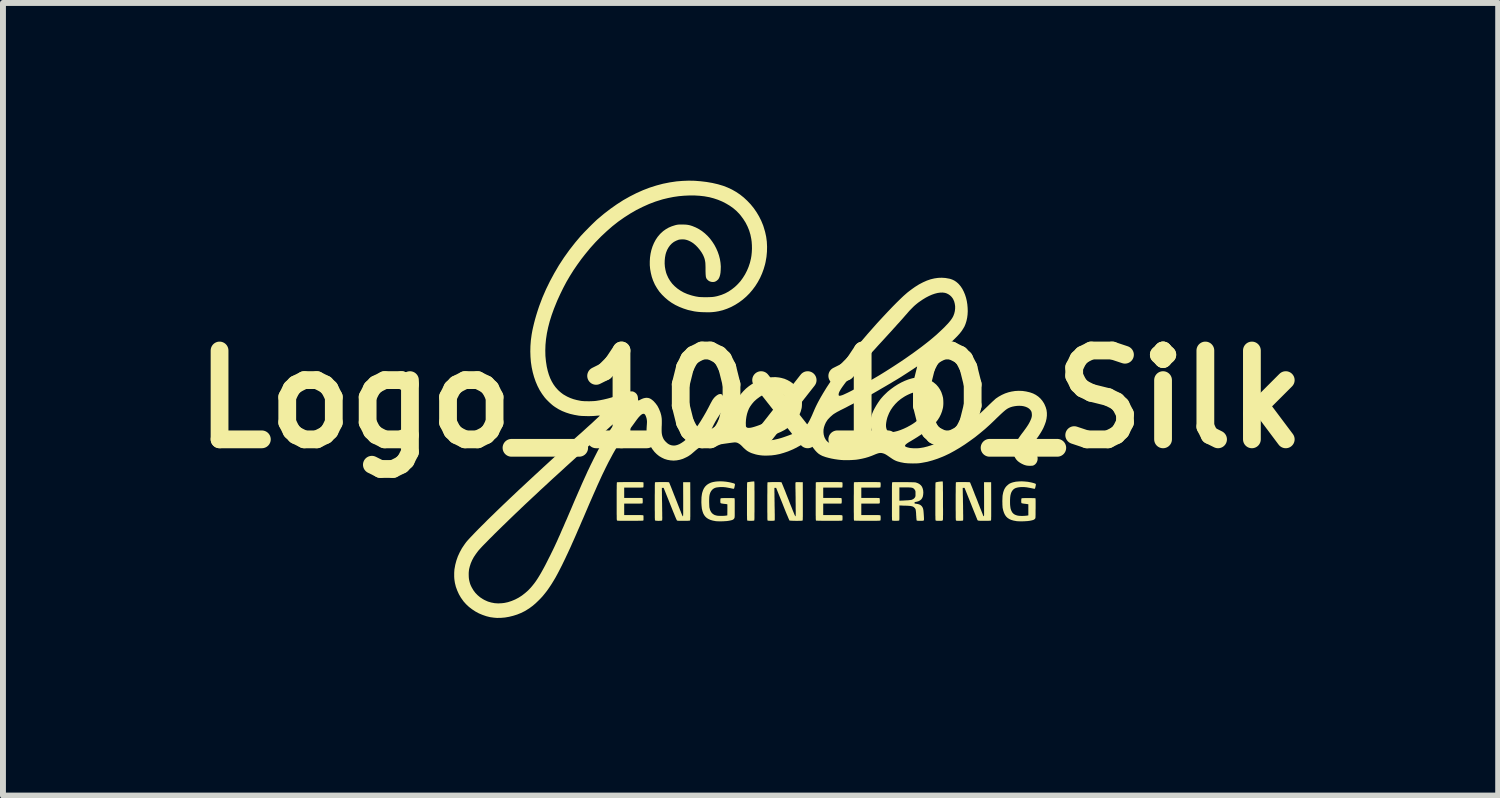
<source format=kicad_pcb>
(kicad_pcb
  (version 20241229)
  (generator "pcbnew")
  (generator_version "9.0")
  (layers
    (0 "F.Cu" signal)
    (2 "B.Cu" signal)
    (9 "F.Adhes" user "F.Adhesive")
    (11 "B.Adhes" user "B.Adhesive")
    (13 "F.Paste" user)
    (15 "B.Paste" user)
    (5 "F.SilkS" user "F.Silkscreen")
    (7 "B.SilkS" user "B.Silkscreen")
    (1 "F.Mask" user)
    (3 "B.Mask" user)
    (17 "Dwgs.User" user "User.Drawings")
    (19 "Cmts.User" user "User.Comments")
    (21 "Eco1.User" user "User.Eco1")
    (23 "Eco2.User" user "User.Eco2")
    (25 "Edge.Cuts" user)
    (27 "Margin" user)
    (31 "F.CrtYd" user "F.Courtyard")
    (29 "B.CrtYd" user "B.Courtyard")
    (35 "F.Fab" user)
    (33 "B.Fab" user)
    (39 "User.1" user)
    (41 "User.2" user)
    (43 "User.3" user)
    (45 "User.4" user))
  (footprint "Logo_10x10_Silk"
    (layer "F.Cu")
    (at 9.621 3.689)
    (property "Reference" "Logo_10x10_Silk" (at 0 0 0) (layer "F.SilkS") (effects (font (size 1.5 1.5) (thickness 0.3))))
    (attr board_only exclude_from_pos_files exclude_from_bom)
    (fp_poly (pts (xy 0.061 1.389) (xy 0.062 1.39) (xy 0.063 1.391) (xy 0.064 1.395) (xy 0.064 1.4) (xy 0.065 1.408) (xy 0.065 1.419) (xy 0.066 1.432) (xy 0.066 1.449) (xy 0.066 1.47) (xy 0.066 1.495) (xy 0.066 1.525) (xy 0.067 1.559) (xy 0.067 1.599) (xy 0.067 1.645) (xy 0.067 1.697) (xy 0.067 1.719) (xy 0.067 1.773) (xy 0.067 1.82) (xy 0.067 1.862) (xy 0.067 1.899) (xy 0.066 1.93) (xy 0.066 1.956) (xy 0.066 1.979) (xy 0.066 1.997) (xy 0.066 2.012) (xy 0.065 2.023) (xy 0.065 2.032) (xy 0.064 2.039) (xy 0.064 2.043) (xy 0.063 2.046) (xy 0.062 2.048) (xy 0.061 2.049) (xy 0.06 2.05) (xy 0.054 2.051) (xy 0.043 2.052) (xy 0.029 2.053) (xy 0.012 2.053) (xy -0.006 2.053) (xy -0.023 2.053) (xy -0.037 2.052) (xy -0.048 2.051) (xy -0.054 2.05) (xy -0.054 2.05) (xy -0.055 2.049) (xy -0.056 2.047) (xy -0.057 2.044) (xy -0.057 2.04) (xy -0.058 2.034) (xy -0.058 2.025) (xy -0.059 2.014) (xy -0.059 1.999) (xy -0.059 1.981) (xy -0.06 1.959) (xy -0.06 1.933) (xy -0.06 1.902) (xy -0.06 1.866) (xy -0.06 1.824) (xy -0.06 1.776) (xy -0.06 1.727) (xy -0.06 1.671) (xy -0.06 1.622) (xy -0.06 1.579) (xy -0.06 1.541) (xy -0.06 1.509) (xy -0.059 1.482) (xy -0.059 1.46) (xy -0.059 1.441) (xy -0.058 1.427) (xy -0.058 1.417) (xy -0.057 1.41) (xy -0.056 1.405) (xy -0.056 1.404) (xy -0.051 1.402) (xy -0.041 1.4) (xy -0.027 1.398) (xy -0.011 1.396) (xy 0.007 1.393) (xy 0.024 1.391) (xy 0.039 1.39) (xy 0.052 1.389) (xy 0.06 1.388)) (stroke (width 0) (type solid)) (fill yes) (layer "F.SilkS"))
    (fp_poly (pts (xy 3.242 1.389) (xy 3.245 1.39) (xy 3.245 1.392) (xy 3.246 1.399) (xy 3.246 1.41) (xy 3.247 1.425) (xy 3.247 1.445) (xy 3.248 1.47) (xy 3.248 1.501) (xy 3.248 1.537) (xy 3.249 1.578) (xy 3.249 1.626) (xy 3.249 1.68) (xy 3.249 1.717) (xy 3.249 1.77) (xy 3.249 1.818) (xy 3.25 1.859) (xy 3.25 1.895) (xy 3.25 1.926) (xy 3.25 1.952) (xy 3.249 1.974) (xy 3.249 1.992) (xy 3.249 2.007) (xy 3.249 2.018) (xy 3.248 2.027) (xy 3.248 2.034) (xy 3.247 2.039) (xy 3.246 2.042) (xy 3.245 2.044) (xy 3.244 2.046) (xy 3.243 2.047) (xy 3.24 2.049) (xy 3.236 2.051) (xy 3.231 2.052) (xy 3.222 2.053) (xy 3.208 2.053) (xy 3.19 2.053) (xy 3.184 2.053) (xy 3.163 2.053) (xy 3.148 2.053) (xy 3.137 2.052) (xy 3.131 2.051) (xy 3.127 2.049) (xy 3.125 2.048) (xy 3.124 2.047) (xy 3.124 2.044) (xy 3.123 2.04) (xy 3.122 2.034) (xy 3.122 2.025) (xy 3.121 2.014) (xy 3.121 2) (xy 3.121 1.982) (xy 3.12 1.96) (xy 3.12 1.934) (xy 3.12 1.904) (xy 3.12 1.868) (xy 3.12 1.826) (xy 3.12 1.779) (xy 3.12 1.727) (xy 3.12 1.673) (xy 3.12 1.625) (xy 3.12 1.583) (xy 3.12 1.547) (xy 3.12 1.516) (xy 3.121 1.49) (xy 3.121 1.468) (xy 3.121 1.45) (xy 3.122 1.436) (xy 3.122 1.425) (xy 3.123 1.417) (xy 3.123 1.411) (xy 3.124 1.408) (xy 3.125 1.406) (xy 3.125 1.406) (xy 3.13 1.403) (xy 3.14 1.401) (xy 3.154 1.398) (xy 3.17 1.395) (xy 3.188 1.393) (xy 3.205 1.391) (xy 3.221 1.389) (xy 3.233 1.389)) (stroke (width 0) (type solid)) (fill yes) (layer "F.SilkS"))
    (fp_poly (pts (xy 1.369 1.4) (xy 1.407 1.4) (xy 1.439 1.4) (xy 1.465 1.4) (xy 1.487 1.4) (xy 1.505 1.401) (xy 1.519 1.401) (xy 1.529 1.401) (xy 1.537 1.402) (xy 1.542 1.403) (xy 1.546 1.403) (xy 1.548 1.404) (xy 1.549 1.406) (xy 1.55 1.406) (xy 1.552 1.413) (xy 1.553 1.424) (xy 1.553 1.439) (xy 1.553 1.454) (xy 1.553 1.468) (xy 1.551 1.479) (xy 1.55 1.485) (xy 1.547 1.493) (xy 1.387 1.493) (xy 1.227 1.493) (xy 1.227 1.58) (xy 1.227 1.667) (xy 1.377 1.667) (xy 1.412 1.667) (xy 1.443 1.667) (xy 1.471 1.667) (xy 1.494 1.668) (xy 1.512 1.668) (xy 1.525 1.669) (xy 1.532 1.67) (xy 1.533 1.67) (xy 1.536 1.675) (xy 1.538 1.684) (xy 1.539 1.697) (xy 1.54 1.712) (xy 1.54 1.727) (xy 1.539 1.74) (xy 1.538 1.751) (xy 1.537 1.754) (xy 1.533 1.763) (xy 1.38 1.763) (xy 1.227 1.763) (xy 1.227 1.86) (xy 1.227 1.957) (xy 1.385 1.957) (xy 1.422 1.957) (xy 1.453 1.957) (xy 1.478 1.957) (xy 1.498 1.957) (xy 1.514 1.957) (xy 1.526 1.958) (xy 1.535 1.959) (xy 1.541 1.959) (xy 1.545 1.96) (xy 1.548 1.961) (xy 1.548 1.962) (xy 1.55 1.966) (xy 1.552 1.972) (xy 1.553 1.983) (xy 1.553 1.998) (xy 1.553 2.005) (xy 1.553 2.023) (xy 1.552 2.035) (xy 1.551 2.042) (xy 1.549 2.047) (xy 1.548 2.048) (xy 1.546 2.049) (xy 1.544 2.05) (xy 1.539 2.051) (xy 1.532 2.051) (xy 1.523 2.052) (xy 1.51 2.052) (xy 1.493 2.053) (xy 1.473 2.053) (xy 1.448 2.053) (xy 1.417 2.053) (xy 1.381 2.053) (xy 1.339 2.053) (xy 1.327 2.053) (xy 1.278 2.053) (xy 1.235 2.053) (xy 1.198 2.053) (xy 1.167 2.052) (xy 1.142 2.052) (xy 1.124 2.051) (xy 1.112 2.051) (xy 1.106 2.05) (xy 1.106 2.05) (xy 1.105 2.049) (xy 1.104 2.047) (xy 1.103 2.044) (xy 1.103 2.04) (xy 1.102 2.034) (xy 1.102 2.025) (xy 1.101 2.014) (xy 1.101 1.999) (xy 1.101 1.981) (xy 1.1 1.959) (xy 1.1 1.933) (xy 1.1 1.902) (xy 1.1 1.865) (xy 1.1 1.824) (xy 1.1 1.776) (xy 1.1 1.728) (xy 1.1 1.683) (xy 1.1 1.639) (xy 1.1 1.598) (xy 1.1 1.559) (xy 1.1 1.524) (xy 1.101 1.492) (xy 1.101 1.465) (xy 1.101 1.442) (xy 1.101 1.424) (xy 1.102 1.412) (xy 1.102 1.406) (xy 1.102 1.405) (xy 1.103 1.404) (xy 1.105 1.403) (xy 1.109 1.403) (xy 1.115 1.402) (xy 1.124 1.401) (xy 1.136 1.401) (xy 1.151 1.401) (xy 1.171 1.4) (xy 1.195 1.4) (xy 1.224 1.4) (xy 1.258 1.4) (xy 1.299 1.4) (xy 1.325 1.4)) (stroke (width 0) (type solid)) (fill yes) (layer "F.SilkS"))
    (fp_poly (pts (xy -1.987 1.4) (xy -1.949 1.4) (xy -1.917 1.4) (xy -1.89 1.4) (xy -1.868 1.4) (xy -1.851 1.401) (xy -1.837 1.401) (xy -1.826 1.402) (xy -1.819 1.402) (xy -1.814 1.403) (xy -1.811 1.404) (xy -1.809 1.405) (xy -1.809 1.405) (xy -1.807 1.412) (xy -1.807 1.423) (xy -1.807 1.437) (xy -1.807 1.452) (xy -1.807 1.466) (xy -1.808 1.478) (xy -1.81 1.487) (xy -1.811 1.489) (xy -1.813 1.49) (xy -1.82 1.491) (xy -1.83 1.492) (xy -1.845 1.492) (xy -1.865 1.493) (xy -1.89 1.493) (xy -1.92 1.493) (xy -1.957 1.493) (xy -1.974 1.493) (xy -2.133 1.493) (xy -2.133 1.58) (xy -2.133 1.667) (xy -1.98 1.667) (xy -1.944 1.667) (xy -1.914 1.667) (xy -1.89 1.667) (xy -1.871 1.667) (xy -1.855 1.667) (xy -1.844 1.668) (xy -1.836 1.668) (xy -1.83 1.669) (xy -1.827 1.67) (xy -1.825 1.671) (xy -1.824 1.673) (xy -1.823 1.673) (xy -1.822 1.68) (xy -1.821 1.691) (xy -1.82 1.704) (xy -1.82 1.72) (xy -1.82 1.734) (xy -1.821 1.747) (xy -1.823 1.756) (xy -1.824 1.759) (xy -1.827 1.76) (xy -1.833 1.761) (xy -1.844 1.762) (xy -1.859 1.762) (xy -1.879 1.763) (xy -1.904 1.763) (xy -1.935 1.763) (xy -1.972 1.763) (xy -1.981 1.763) (xy -2.133 1.763) (xy -2.133 1.86) (xy -2.133 1.957) (xy -1.974 1.957) (xy -1.935 1.957) (xy -1.902 1.957) (xy -1.874 1.957) (xy -1.853 1.957) (xy -1.836 1.958) (xy -1.824 1.959) (xy -1.816 1.959) (xy -1.811 1.96) (xy -1.811 1.961) (xy -1.809 1.966) (xy -1.807 1.978) (xy -1.807 1.997) (xy -1.807 2.006) (xy -1.807 2.023) (xy -1.807 2.035) (xy -1.808 2.042) (xy -1.81 2.047) (xy -1.812 2.049) (xy -1.813 2.05) (xy -1.818 2.051) (xy -1.83 2.051) (xy -1.848 2.052) (xy -1.872 2.052) (xy -1.903 2.053) (xy -1.941 2.053) (xy -1.984 2.053) (xy -2.034 2.053) (xy -2.077 2.053) (xy -2.114 2.053) (xy -2.146 2.053) (xy -2.172 2.053) (xy -2.193 2.053) (xy -2.211 2.053) (xy -2.224 2.052) (xy -2.234 2.052) (xy -2.242 2.051) (xy -2.247 2.051) (xy -2.251 2.05) (xy -2.253 2.049) (xy -2.254 2.047) (xy -2.254 2.047) (xy -2.255 2.046) (xy -2.256 2.043) (xy -2.257 2.04) (xy -2.258 2.034) (xy -2.258 2.027) (xy -2.259 2.017) (xy -2.259 2.003) (xy -2.259 1.987) (xy -2.259 1.967) (xy -2.26 1.943) (xy -2.26 1.914) (xy -2.26 1.88) (xy -2.26 1.841) (xy -2.26 1.796) (xy -2.26 1.745) (xy -2.26 1.725) (xy -2.26 1.669) (xy -2.26 1.619) (xy -2.26 1.575) (xy -2.26 1.537) (xy -2.259 1.505) (xy -2.259 1.478) (xy -2.259 1.455) (xy -2.258 1.437) (xy -2.258 1.423) (xy -2.257 1.413) (xy -2.257 1.407) (xy -2.256 1.404) (xy -2.256 1.404) (xy -2.254 1.403) (xy -2.248 1.402) (xy -2.238 1.402) (xy -2.224 1.401) (xy -2.206 1.401) (xy -2.183 1.401) (xy -2.155 1.4) (xy -2.121 1.4) (xy -2.081 1.4) (xy -2.035 1.4) (xy -2.031 1.4)) (stroke (width 0) (type solid)) (fill yes) (layer "F.SilkS"))
    (fp_poly (pts (xy 2.012 1.4) (xy 2.05 1.4) (xy 2.082 1.4) (xy 2.109 1.4) (xy 2.131 1.4) (xy 2.148 1.401) (xy 2.162 1.401) (xy 2.173 1.401) (xy 2.18 1.402) (xy 2.186 1.403) (xy 2.189 1.403) (xy 2.191 1.404) (xy 2.193 1.406) (xy 2.193 1.406) (xy 2.195 1.412) (xy 2.196 1.423) (xy 2.197 1.437) (xy 2.197 1.447) (xy 2.196 1.462) (xy 2.195 1.475) (xy 2.194 1.484) (xy 2.193 1.487) (xy 2.192 1.488) (xy 2.191 1.49) (xy 2.188 1.491) (xy 2.183 1.491) (xy 2.176 1.492) (xy 2.166 1.493) (xy 2.153 1.493) (xy 2.135 1.493) (xy 2.113 1.493) (xy 2.086 1.493) (xy 2.052 1.493) (xy 2.03 1.493) (xy 1.87 1.493) (xy 1.87 1.58) (xy 1.87 1.667) (xy 2.021 1.667) (xy 2.055 1.667) (xy 2.087 1.667) (xy 2.114 1.667) (xy 2.137 1.668) (xy 2.156 1.668) (xy 2.169 1.669) (xy 2.176 1.67) (xy 2.177 1.67) (xy 2.179 1.675) (xy 2.181 1.684) (xy 2.182 1.697) (xy 2.183 1.712) (xy 2.183 1.727) (xy 2.183 1.741) (xy 2.182 1.751) (xy 2.18 1.756) (xy 2.179 1.758) (xy 2.178 1.759) (xy 2.175 1.76) (xy 2.171 1.761) (xy 2.165 1.762) (xy 2.155 1.763) (xy 2.143 1.763) (xy 2.126 1.763) (xy 2.105 1.763) (xy 2.079 1.763) (xy 2.047 1.763) (xy 2.023 1.763) (xy 1.87 1.763) (xy 1.87 1.86) (xy 1.87 1.957) (xy 2.028 1.957) (xy 2.065 1.957) (xy 2.096 1.957) (xy 2.121 1.957) (xy 2.142 1.957) (xy 2.158 1.957) (xy 2.17 1.958) (xy 2.179 1.959) (xy 2.185 1.959) (xy 2.189 1.96) (xy 2.191 1.961) (xy 2.191 1.962) (xy 2.194 1.966) (xy 2.195 1.972) (xy 2.196 1.983) (xy 2.197 1.998) (xy 2.197 2.005) (xy 2.196 2.023) (xy 2.196 2.035) (xy 2.194 2.042) (xy 2.192 2.047) (xy 2.191 2.048) (xy 2.19 2.049) (xy 2.187 2.05) (xy 2.182 2.051) (xy 2.175 2.051) (xy 2.166 2.052) (xy 2.153 2.052) (xy 2.137 2.053) (xy 2.116 2.053) (xy 2.091 2.053) (xy 2.061 2.053) (xy 2.025 2.053) (xy 1.983 2.053) (xy 1.971 2.053) (xy 1.922 2.053) (xy 1.879 2.053) (xy 1.842 2.053) (xy 1.811 2.052) (xy 1.786 2.052) (xy 1.767 2.051) (xy 1.755 2.051) (xy 1.749 2.05) (xy 1.749 2.05) (xy 1.748 2.049) (xy 1.747 2.047) (xy 1.747 2.044) (xy 1.746 2.04) (xy 1.745 2.034) (xy 1.745 2.025) (xy 1.744 2.014) (xy 1.744 1.999) (xy 1.744 1.981) (xy 1.744 1.959) (xy 1.744 1.933) (xy 1.743 1.902) (xy 1.743 1.865) (xy 1.743 1.824) (xy 1.743 1.776) (xy 1.743 1.728) (xy 1.743 1.683) (xy 1.743 1.639) (xy 1.744 1.598) (xy 1.744 1.559) (xy 1.744 1.524) (xy 1.744 1.492) (xy 1.744 1.465) (xy 1.744 1.442) (xy 1.745 1.424) (xy 1.745 1.412) (xy 1.745 1.406) (xy 1.745 1.405) (xy 1.746 1.404) (xy 1.748 1.403) (xy 1.752 1.403) (xy 1.758 1.402) (xy 1.767 1.401) (xy 1.779 1.401) (xy 1.795 1.401) (xy 1.814 1.4) (xy 1.838 1.4) (xy 1.867 1.4) (xy 1.902 1.4) (xy 1.942 1.4) (xy 1.969 1.4)) (stroke (width 0) (type solid)) (fill yes) (layer "F.SilkS"))
    (fp_poly (pts (xy 3.619 1.4) (xy 3.646 1.4) (xy 3.667 1.401) (xy 3.683 1.401) (xy 3.694 1.402) (xy 3.701 1.403) (xy 3.705 1.404) (xy 3.706 1.404) (xy 3.707 1.408) (xy 3.711 1.417) (xy 3.717 1.432) (xy 3.725 1.452) (xy 3.735 1.476) (xy 3.746 1.503) (xy 3.758 1.535) (xy 3.772 1.569) (xy 3.786 1.607) (xy 3.802 1.646) (xy 3.817 1.683) (xy 3.833 1.724) (xy 3.848 1.764) (xy 3.863 1.801) (xy 3.876 1.836) (xy 3.889 1.867) (xy 3.9 1.895) (xy 3.91 1.92) (xy 3.918 1.939) (xy 3.923 1.954) (xy 3.927 1.964) (xy 3.929 1.968) (xy 3.934 1.974) (xy 3.939 1.977) (xy 3.94 1.976) (xy 3.94 1.974) (xy 3.941 1.971) (xy 3.942 1.966) (xy 3.942 1.958) (xy 3.943 1.947) (xy 3.943 1.933) (xy 3.943 1.915) (xy 3.943 1.893) (xy 3.943 1.867) (xy 3.943 1.836) (xy 3.943 1.799) (xy 3.943 1.757) (xy 3.943 1.708) (xy 3.943 1.689) (xy 3.942 1.402) (xy 4.002 1.402) (xy 4.062 1.402) (xy 4.063 1.723) (xy 4.063 1.777) (xy 4.063 1.824) (xy 4.063 1.866) (xy 4.063 1.902) (xy 4.063 1.933) (xy 4.063 1.959) (xy 4.063 1.981) (xy 4.062 1.999) (xy 4.062 2.013) (xy 4.062 2.025) (xy 4.061 2.033) (xy 4.061 2.04) (xy 4.06 2.044) (xy 4.059 2.047) (xy 4.058 2.048) (xy 4.058 2.049) (xy 4.054 2.05) (xy 4.047 2.051) (xy 4.036 2.052) (xy 4.02 2.053) (xy 3.999 2.053) (xy 3.972 2.053) (xy 3.948 2.053) (xy 3.918 2.053) (xy 3.893 2.053) (xy 3.874 2.053) (xy 3.86 2.052) (xy 3.849 2.051) (xy 3.841 2.049) (xy 3.836 2.046) (xy 3.832 2.042) (xy 3.829 2.037) (xy 3.827 2.03) (xy 3.825 2.027) (xy 3.823 2.021) (xy 3.819 2.01) (xy 3.812 1.994) (xy 3.804 1.973) (xy 3.794 1.948) (xy 3.782 1.919) (xy 3.769 1.887) (xy 3.755 1.852) (xy 3.74 1.815) (xy 3.725 1.776) (xy 3.716 1.754) (xy 3.613 1.497) (xy 3.597 1.497) (xy 3.582 1.497) (xy 3.584 1.616) (xy 3.585 1.646) (xy 3.586 1.682) (xy 3.586 1.721) (xy 3.587 1.762) (xy 3.588 1.803) (xy 3.588 1.844) (xy 3.589 1.882) (xy 3.589 1.89) (xy 3.589 1.927) (xy 3.59 1.957) (xy 3.59 1.981) (xy 3.59 2.001) (xy 3.59 2.016) (xy 3.59 2.028) (xy 3.589 2.036) (xy 3.589 2.042) (xy 3.588 2.045) (xy 3.587 2.048) (xy 3.585 2.049) (xy 3.584 2.05) (xy 3.578 2.051) (xy 3.566 2.052) (xy 3.549 2.053) (xy 3.527 2.053) (xy 3.525 2.053) (xy 3.505 2.053) (xy 3.49 2.053) (xy 3.48 2.052) (xy 3.474 2.051) (xy 3.47 2.049) (xy 3.469 2.048) (xy 3.468 2.047) (xy 3.467 2.044) (xy 3.466 2.04) (xy 3.466 2.034) (xy 3.465 2.025) (xy 3.465 2.014) (xy 3.464 2) (xy 3.464 1.982) (xy 3.464 1.96) (xy 3.464 1.934) (xy 3.464 1.903) (xy 3.463 1.867) (xy 3.463 1.826) (xy 3.463 1.779) (xy 3.463 1.728) (xy 3.463 1.666) (xy 3.463 1.611) (xy 3.464 1.562) (xy 3.464 1.52) (xy 3.464 1.485) (xy 3.465 1.456) (xy 3.465 1.434) (xy 3.466 1.418) (xy 3.466 1.409) (xy 3.467 1.406) (xy 3.468 1.405) (xy 3.47 1.403) (xy 3.473 1.402) (xy 3.479 1.401) (xy 3.487 1.401) (xy 3.499 1.4) (xy 3.515 1.4) (xy 3.535 1.4) (xy 3.561 1.4) (xy 3.586 1.4)) (stroke (width 0) (type solid)) (fill yes) (layer "F.SilkS"))
    (fp_poly (pts (xy 4.63 1.39) (xy 4.682 1.395) (xy 4.734 1.405) (xy 4.743 1.407) (xy 4.767 1.413) (xy 4.787 1.419) (xy 4.802 1.424) (xy 4.812 1.429) (xy 4.816 1.432) (xy 4.817 1.438) (xy 4.816 1.448) (xy 4.814 1.461) (xy 4.811 1.475) (xy 4.808 1.489) (xy 4.805 1.501) (xy 4.802 1.509) (xy 4.8 1.511) (xy 4.796 1.513) (xy 4.787 1.512) (xy 4.779 1.511) (xy 4.742 1.503) (xy 4.711 1.497) (xy 4.684 1.492) (xy 4.661 1.488) (xy 4.639 1.486) (xy 4.619 1.484) (xy 4.599 1.484) (xy 4.578 1.484) (xy 4.567 1.484) (xy 4.532 1.487) (xy 4.504 1.492) (xy 4.479 1.499) (xy 4.458 1.509) (xy 4.44 1.522) (xy 4.43 1.532) (xy 4.415 1.551) (xy 4.403 1.573) (xy 4.394 1.598) (xy 4.387 1.628) (xy 4.383 1.662) (xy 4.381 1.702) (xy 4.381 1.748) (xy 4.381 1.753) (xy 4.382 1.785) (xy 4.385 1.812) (xy 4.388 1.834) (xy 4.392 1.854) (xy 4.398 1.871) (xy 4.405 1.888) (xy 4.42 1.914) (xy 4.439 1.934) (xy 4.463 1.95) (xy 4.492 1.961) (xy 4.507 1.965) (xy 4.524 1.968) (xy 4.546 1.97) (xy 4.571 1.971) (xy 4.597 1.971) (xy 4.623 1.97) (xy 4.646 1.968) (xy 4.659 1.967) (xy 4.69 1.962) (xy 4.69 1.868) (xy 4.69 1.774) (xy 4.678 1.772) (xy 4.669 1.771) (xy 4.656 1.769) (xy 4.64 1.767) (xy 4.623 1.765) (xy 4.622 1.765) (xy 4.602 1.762) (xy 4.587 1.759) (xy 4.578 1.757) (xy 4.574 1.754) (xy 4.574 1.754) (xy 4.572 1.748) (xy 4.57 1.737) (xy 4.57 1.723) (xy 4.57 1.708) (xy 4.571 1.694) (xy 4.572 1.683) (xy 4.575 1.676) (xy 4.575 1.675) (xy 4.577 1.674) (xy 4.581 1.673) (xy 4.587 1.672) (xy 4.596 1.671) (xy 4.608 1.671) (xy 4.625 1.67) (xy 4.646 1.67) (xy 4.673 1.67) (xy 4.693 1.67) (xy 4.72 1.67) (xy 4.744 1.67) (xy 4.766 1.671) (xy 4.785 1.671) (xy 4.798 1.672) (xy 4.807 1.672) (xy 4.809 1.673) (xy 4.81 1.675) (xy 4.811 1.679) (xy 4.812 1.687) (xy 4.812 1.698) (xy 4.813 1.713) (xy 4.813 1.733) (xy 4.813 1.758) (xy 4.813 1.788) (xy 4.813 1.825) (xy 4.813 1.841) (xy 4.812 1.878) (xy 4.812 1.91) (xy 4.812 1.936) (xy 4.812 1.956) (xy 4.811 1.973) (xy 4.811 1.986) (xy 4.81 1.995) (xy 4.81 2.002) (xy 4.809 2.007) (xy 4.808 2.011) (xy 4.806 2.013) (xy 4.805 2.016) (xy 4.797 2.024) (xy 4.788 2.032) (xy 4.776 2.038) (xy 4.76 2.043) (xy 4.74 2.048) (xy 4.715 2.053) (xy 4.698 2.055) (xy 4.679 2.058) (xy 4.655 2.059) (xy 4.628 2.061) (xy 4.599 2.062) (xy 4.57 2.062) (xy 4.542 2.062) (xy 4.517 2.061) (xy 4.496 2.06) (xy 4.486 2.058) (xy 4.441 2.05) (xy 4.403 2.039) (xy 4.369 2.024) (xy 4.34 2.005) (xy 4.316 1.982) (xy 4.296 1.954) (xy 4.28 1.921) (xy 4.267 1.883) (xy 4.258 1.845) (xy 4.255 1.828) (xy 4.254 1.807) (xy 4.252 1.781) (xy 4.252 1.753) (xy 4.251 1.723) (xy 4.252 1.694) (xy 4.253 1.667) (xy 4.254 1.642) (xy 4.256 1.622) (xy 4.258 1.612) (xy 4.265 1.577) (xy 4.274 1.548) (xy 4.284 1.523) (xy 4.296 1.501) (xy 4.31 1.481) (xy 4.327 1.462) (xy 4.328 1.462) (xy 4.35 1.442) (xy 4.373 1.426) (xy 4.399 1.414) (xy 4.429 1.404) (xy 4.438 1.402) (xy 4.48 1.393) (xy 4.528 1.389) (xy 4.578 1.387)) (stroke (width 0) (type solid)) (fill yes) (layer "F.SilkS"))
    (fp_poly (pts (xy -0.457 1.389) (xy -0.408 1.394) (xy -0.36 1.402) (xy -0.325 1.41) (xy -0.303 1.416) (xy -0.287 1.42) (xy -0.276 1.424) (xy -0.269 1.428) (xy -0.265 1.433) (xy -0.263 1.437) (xy -0.263 1.439) (xy -0.264 1.448) (xy -0.266 1.46) (xy -0.269 1.474) (xy -0.272 1.488) (xy -0.275 1.5) (xy -0.278 1.508) (xy -0.28 1.511) (xy -0.285 1.513) (xy -0.294 1.512) (xy -0.301 1.511) (xy -0.338 1.503) (xy -0.369 1.497) (xy -0.396 1.492) (xy -0.419 1.488) (xy -0.441 1.486) (xy -0.461 1.484) (xy -0.481 1.484) (xy -0.502 1.484) (xy -0.513 1.484) (xy -0.547 1.487) (xy -0.576 1.491) (xy -0.6 1.498) (xy -0.621 1.508) (xy -0.638 1.521) (xy -0.65 1.532) (xy -0.667 1.554) (xy -0.681 1.581) (xy -0.691 1.613) (xy -0.692 1.62) (xy -0.695 1.636) (xy -0.697 1.657) (xy -0.698 1.682) (xy -0.699 1.709) (xy -0.699 1.737) (xy -0.698 1.765) (xy -0.697 1.79) (xy -0.696 1.813) (xy -0.694 1.831) (xy -0.692 1.838) (xy -0.683 1.872) (xy -0.669 1.9) (xy -0.652 1.924) (xy -0.63 1.942) (xy -0.605 1.956) (xy -0.574 1.965) (xy -0.573 1.965) (xy -0.558 1.968) (xy -0.538 1.969) (xy -0.515 1.97) (xy -0.49 1.97) (xy -0.466 1.97) (xy -0.443 1.969) (xy -0.424 1.967) (xy -0.415 1.966) (xy -0.392 1.962) (xy -0.391 1.867) (xy -0.391 1.843) (xy -0.391 1.821) (xy -0.391 1.802) (xy -0.391 1.788) (xy -0.392 1.778) (xy -0.392 1.773) (xy -0.392 1.773) (xy -0.396 1.773) (xy -0.406 1.772) (xy -0.42 1.77) (xy -0.436 1.768) (xy -0.448 1.767) (xy -0.47 1.764) (xy -0.486 1.761) (xy -0.497 1.759) (xy -0.503 1.756) (xy -0.506 1.754) (xy -0.508 1.748) (xy -0.51 1.737) (xy -0.51 1.723) (xy -0.51 1.708) (xy -0.509 1.694) (xy -0.508 1.683) (xy -0.505 1.676) (xy -0.505 1.675) (xy -0.503 1.674) (xy -0.499 1.673) (xy -0.493 1.672) (xy -0.484 1.671) (xy -0.472 1.671) (xy -0.455 1.67) (xy -0.433 1.67) (xy -0.406 1.67) (xy -0.388 1.67) (xy -0.362 1.67) (xy -0.337 1.67) (xy -0.315 1.67) (xy -0.297 1.671) (xy -0.283 1.671) (xy -0.274 1.672) (xy -0.272 1.672) (xy -0.271 1.673) (xy -0.27 1.675) (xy -0.269 1.68) (xy -0.268 1.687) (xy -0.268 1.696) (xy -0.267 1.71) (xy -0.267 1.727) (xy -0.267 1.749) (xy -0.267 1.777) (xy -0.267 1.81) (xy -0.267 1.835) (xy -0.267 1.872) (xy -0.267 1.902) (xy -0.267 1.928) (xy -0.267 1.948) (xy -0.267 1.964) (xy -0.268 1.977) (xy -0.268 1.987) (xy -0.269 1.994) (xy -0.27 1.999) (xy -0.271 2.003) (xy -0.272 2.007) (xy -0.274 2.01) (xy -0.28 2.02) (xy -0.288 2.028) (xy -0.298 2.035) (xy -0.311 2.04) (xy -0.328 2.045) (xy -0.351 2.05) (xy -0.379 2.055) (xy -0.382 2.055) (xy -0.401 2.058) (xy -0.425 2.059) (xy -0.452 2.061) (xy -0.481 2.062) (xy -0.51 2.062) (xy -0.538 2.062) (xy -0.563 2.061) (xy -0.584 2.06) (xy -0.594 2.058) (xy -0.637 2.05) (xy -0.675 2.039) (xy -0.709 2.024) (xy -0.738 2.006) (xy -0.763 1.983) (xy -0.783 1.957) (xy -0.8 1.925) (xy -0.812 1.889) (xy -0.822 1.848) (xy -0.827 1.801) (xy -0.83 1.749) (xy -0.83 1.73) (xy -0.829 1.69) (xy -0.828 1.656) (xy -0.824 1.626) (xy -0.82 1.598) (xy -0.815 1.577) (xy -0.802 1.537) (xy -0.785 1.502) (xy -0.763 1.472) (xy -0.736 1.446) (xy -0.705 1.426) (xy -0.669 1.409) (xy -0.633 1.399) (xy -0.594 1.392) (xy -0.551 1.388) (xy -0.505 1.387)) (stroke (width 0) (type solid)) (fill yes) (layer "F.SilkS"))
    (fp_poly (pts (xy -1.462 1.4) (xy -1.437 1.4) (xy -1.417 1.4) (xy -1.402 1.401) (xy -1.392 1.401) (xy -1.384 1.402) (xy -1.379 1.403) (xy -1.376 1.404) (xy -1.374 1.405) (xy -1.374 1.406) (xy -1.372 1.41) (xy -1.368 1.42) (xy -1.362 1.435) (xy -1.354 1.455) (xy -1.344 1.479) (xy -1.333 1.507) (xy -1.321 1.538) (xy -1.307 1.573) (xy -1.293 1.61) (xy -1.277 1.649) (xy -1.265 1.68) (xy -1.245 1.73) (xy -1.228 1.774) (xy -1.213 1.812) (xy -1.2 1.845) (xy -1.189 1.873) (xy -1.179 1.897) (xy -1.172 1.917) (xy -1.165 1.933) (xy -1.16 1.946) (xy -1.155 1.957) (xy -1.152 1.964) (xy -1.149 1.97) (xy -1.147 1.973) (xy -1.146 1.975) (xy -1.144 1.976) (xy -1.143 1.977) (xy -1.142 1.977) (xy -1.142 1.977) (xy -1.141 1.976) (xy -1.14 1.975) (xy -1.139 1.972) (xy -1.139 1.966) (xy -1.138 1.959) (xy -1.138 1.949) (xy -1.137 1.935) (xy -1.137 1.918) (xy -1.137 1.898) (xy -1.137 1.872) (xy -1.137 1.842) (xy -1.137 1.807) (xy -1.137 1.766) (xy -1.137 1.719) (xy -1.137 1.689) (xy -1.138 1.402) (xy -1.078 1.402) (xy -1.018 1.402) (xy -1.017 1.723) (xy -1.017 1.777) (xy -1.017 1.824) (xy -1.017 1.866) (xy -1.017 1.902) (xy -1.017 1.933) (xy -1.017 1.959) (xy -1.017 1.981) (xy -1.018 1.999) (xy -1.018 2.013) (xy -1.018 2.025) (xy -1.019 2.033) (xy -1.019 2.04) (xy -1.02 2.044) (xy -1.021 2.047) (xy -1.022 2.048) (xy -1.022 2.049) (xy -1.026 2.05) (xy -1.033 2.051) (xy -1.044 2.052) (xy -1.06 2.053) (xy -1.081 2.053) (xy -1.108 2.053) (xy -1.132 2.053) (xy -1.161 2.053) (xy -1.185 2.053) (xy -1.203 2.053) (xy -1.217 2.053) (xy -1.226 2.052) (xy -1.233 2.051) (xy -1.238 2.05) (xy -1.241 2.049) (xy -1.243 2.047) (xy -1.245 2.043) (xy -1.25 2.033) (xy -1.257 2.018) (xy -1.266 1.997) (xy -1.277 1.971) (xy -1.289 1.94) (xy -1.304 1.905) (xy -1.32 1.865) (xy -1.337 1.822) (xy -1.356 1.775) (xy -1.358 1.769) (xy -1.467 1.497) (xy -1.482 1.497) (xy -1.497 1.497) (xy -1.497 1.526) (xy -1.497 1.534) (xy -1.497 1.548) (xy -1.496 1.568) (xy -1.496 1.592) (xy -1.496 1.621) (xy -1.495 1.653) (xy -1.495 1.689) (xy -1.494 1.727) (xy -1.493 1.766) (xy -1.493 1.8) (xy -1.492 1.846) (xy -1.492 1.886) (xy -1.491 1.92) (xy -1.491 1.949) (xy -1.491 1.974) (xy -1.49 1.993) (xy -1.49 2.009) (xy -1.491 2.022) (xy -1.491 2.031) (xy -1.491 2.038) (xy -1.492 2.042) (xy -1.493 2.046) (xy -1.494 2.047) (xy -1.495 2.049) (xy -1.495 2.049) (xy -1.501 2.051) (xy -1.512 2.052) (xy -1.527 2.053) (xy -1.544 2.054) (xy -1.562 2.054) (xy -1.579 2.053) (xy -1.594 2.052) (xy -1.605 2.05) (xy -1.611 2.048) (xy -1.611 2.048) (xy -1.612 2.047) (xy -1.613 2.044) (xy -1.614 2.04) (xy -1.614 2.034) (xy -1.615 2.026) (xy -1.615 2.014) (xy -1.616 2) (xy -1.616 1.982) (xy -1.616 1.961) (xy -1.616 1.934) (xy -1.616 1.904) (xy -1.617 1.868) (xy -1.617 1.827) (xy -1.617 1.779) (xy -1.617 1.726) (xy -1.617 1.725) (xy -1.617 1.669) (xy -1.617 1.62) (xy -1.616 1.576) (xy -1.616 1.538) (xy -1.616 1.505) (xy -1.616 1.478) (xy -1.616 1.455) (xy -1.615 1.437) (xy -1.615 1.423) (xy -1.614 1.414) (xy -1.614 1.407) (xy -1.613 1.404) (xy -1.613 1.404) (xy -1.61 1.403) (xy -1.603 1.402) (xy -1.591 1.401) (xy -1.575 1.401) (xy -1.554 1.4) (xy -1.526 1.4) (xy -1.493 1.4) (xy -1.493 1.4)) (stroke (width 0) (type solid)) (fill yes) (layer "F.SilkS"))
    (fp_poly (pts (xy 0.451 1.4) (xy 0.473 1.4) (xy 0.492 1.4) (xy 0.507 1.401) (xy 0.517 1.402) (xy 0.522 1.403) (xy 0.522 1.403) (xy 0.524 1.406) (xy 0.528 1.415) (xy 0.534 1.43) (xy 0.542 1.449) (xy 0.552 1.473) (xy 0.563 1.501) (xy 0.576 1.532) (xy 0.59 1.567) (xy 0.604 1.604) (xy 0.62 1.644) (xy 0.636 1.685) (xy 0.639 1.691) (xy 0.658 1.741) (xy 0.675 1.784) (xy 0.691 1.823) (xy 0.704 1.856) (xy 0.715 1.884) (xy 0.725 1.908) (xy 0.733 1.927) (xy 0.739 1.943) (xy 0.745 1.955) (xy 0.749 1.964) (xy 0.752 1.971) (xy 0.755 1.975) (xy 0.757 1.976) (xy 0.757 1.977) (xy 0.759 1.976) (xy 0.76 1.976) (xy 0.761 1.974) (xy 0.761 1.97) (xy 0.762 1.964) (xy 0.762 1.955) (xy 0.763 1.944) (xy 0.763 1.928) (xy 0.763 1.909) (xy 0.763 1.885) (xy 0.762 1.856) (xy 0.762 1.821) (xy 0.762 1.78) (xy 0.762 1.772) (xy 0.761 1.733) (xy 0.761 1.694) (xy 0.761 1.655) (xy 0.76 1.618) (xy 0.76 1.583) (xy 0.759 1.551) (xy 0.759 1.524) (xy 0.758 1.502) (xy 0.758 1.49) (xy 0.758 1.463) (xy 0.758 1.443) (xy 0.758 1.428) (xy 0.758 1.417) (xy 0.759 1.41) (xy 0.761 1.406) (xy 0.761 1.406) (xy 0.763 1.404) (xy 0.766 1.402) (xy 0.772 1.401) (xy 0.781 1.401) (xy 0.795 1.4) (xy 0.813 1.401) (xy 0.823 1.401) (xy 0.882 1.402) (xy 0.883 1.723) (xy 0.883 1.777) (xy 0.883 1.824) (xy 0.883 1.866) (xy 0.883 1.902) (xy 0.883 1.933) (xy 0.883 1.959) (xy 0.883 1.981) (xy 0.882 1.999) (xy 0.882 2.013) (xy 0.882 2.025) (xy 0.881 2.033) (xy 0.881 2.04) (xy 0.88 2.044) (xy 0.879 2.047) (xy 0.878 2.048) (xy 0.878 2.049) (xy 0.873 2.051) (xy 0.862 2.052) (xy 0.846 2.053) (xy 0.827 2.053) (xy 0.805 2.054) (xy 0.782 2.054) (xy 0.758 2.054) (xy 0.735 2.053) (xy 0.713 2.053) (xy 0.693 2.052) (xy 0.677 2.051) (xy 0.665 2.05) (xy 0.658 2.049) (xy 0.658 2.049) (xy 0.655 2.045) (xy 0.651 2.035) (xy 0.644 2.02) (xy 0.635 1.999) (xy 0.624 1.972) (xy 0.61 1.94) (xy 0.594 1.901) (xy 0.576 1.856) (xy 0.556 1.806) (xy 0.542 1.77) (xy 0.432 1.497) (xy 0.418 1.497) (xy 0.403 1.497) (xy 0.403 1.558) (xy 0.403 1.572) (xy 0.404 1.592) (xy 0.404 1.617) (xy 0.404 1.647) (xy 0.405 1.68) (xy 0.405 1.716) (xy 0.406 1.754) (xy 0.406 1.793) (xy 0.407 1.832) (xy 0.408 1.875) (xy 0.408 1.911) (xy 0.409 1.943) (xy 0.409 1.969) (xy 0.409 1.99) (xy 0.409 2.007) (xy 0.409 2.02) (xy 0.409 2.03) (xy 0.408 2.037) (xy 0.408 2.043) (xy 0.407 2.046) (xy 0.406 2.048) (xy 0.405 2.049) (xy 0.405 2.049) (xy 0.399 2.051) (xy 0.388 2.052) (xy 0.374 2.053) (xy 0.357 2.053) (xy 0.34 2.053) (xy 0.323 2.053) (xy 0.308 2.052) (xy 0.296 2.051) (xy 0.29 2.05) (xy 0.289 2.05) (xy 0.288 2.049) (xy 0.287 2.047) (xy 0.287 2.044) (xy 0.286 2.04) (xy 0.285 2.034) (xy 0.285 2.025) (xy 0.284 2.014) (xy 0.284 1.999) (xy 0.284 1.981) (xy 0.284 1.959) (xy 0.284 1.933) (xy 0.283 1.902) (xy 0.283 1.866) (xy 0.283 1.824) (xy 0.283 1.776) (xy 0.283 1.727) (xy 0.283 1.671) (xy 0.283 1.621) (xy 0.284 1.577) (xy 0.284 1.539) (xy 0.284 1.506) (xy 0.284 1.479) (xy 0.284 1.456) (xy 0.285 1.438) (xy 0.285 1.424) (xy 0.286 1.414) (xy 0.286 1.407) (xy 0.287 1.404) (xy 0.287 1.404) (xy 0.291 1.403) (xy 0.301 1.402) (xy 0.316 1.402) (xy 0.334 1.401) (xy 0.356 1.4) (xy 0.379 1.4) (xy 0.403 1.4) (xy 0.428 1.4)) (stroke (width 0) (type solid)) (fill yes) (layer "F.SilkS"))
    (fp_poly (pts (xy 2.536 1.401) (xy 2.579 1.401) (xy 2.586 1.401) (xy 2.626 1.401) (xy 2.661 1.401) (xy 2.691 1.402) (xy 2.715 1.402) (xy 2.735 1.403) (xy 2.751 1.403) (xy 2.763 1.404) (xy 2.773 1.404) (xy 2.781 1.405) (xy 2.787 1.406) (xy 2.793 1.407) (xy 2.795 1.408) (xy 2.828 1.42) (xy 2.855 1.436) (xy 2.877 1.455) (xy 2.894 1.478) (xy 2.906 1.506) (xy 2.914 1.538) (xy 2.917 1.575) (xy 2.917 1.58) (xy 2.914 1.615) (xy 2.908 1.646) (xy 2.897 1.671) (xy 2.881 1.693) (xy 2.86 1.71) (xy 2.835 1.723) (xy 2.804 1.732) (xy 2.798 1.733) (xy 2.77 1.738) (xy 2.77 1.75) (xy 2.77 1.762) (xy 2.798 1.766) (xy 2.828 1.771) (xy 2.853 1.779) (xy 2.872 1.79) (xy 2.888 1.804) (xy 2.897 1.816) (xy 2.903 1.826) (xy 2.908 1.836) (xy 2.912 1.847) (xy 2.915 1.859) (xy 2.918 1.874) (xy 2.92 1.892) (xy 2.922 1.914) (xy 2.924 1.941) (xy 2.926 1.973) (xy 2.928 2.009) (xy 2.928 2.024) (xy 2.928 2.036) (xy 2.926 2.044) (xy 2.922 2.049) (xy 2.914 2.052) (xy 2.902 2.053) (xy 2.884 2.053) (xy 2.866 2.053) (xy 2.847 2.053) (xy 2.831 2.053) (xy 2.818 2.052) (xy 2.809 2.051) (xy 2.807 2.05) (xy 2.805 2.048) (xy 2.804 2.043) (xy 2.802 2.034) (xy 2.801 2.021) (xy 2.799 2.003) (xy 2.798 1.98) (xy 2.796 1.958) (xy 2.795 1.929) (xy 2.793 1.906) (xy 2.791 1.888) (xy 2.789 1.874) (xy 2.787 1.863) (xy 2.784 1.855) (xy 2.78 1.848) (xy 2.775 1.841) (xy 2.769 1.835) (xy 2.769 1.834) (xy 2.759 1.825) (xy 2.748 1.817) (xy 2.735 1.811) (xy 2.719 1.807) (xy 2.699 1.803) (xy 2.675 1.801) (xy 2.646 1.799) (xy 2.615 1.798) (xy 2.593 1.798) (xy 2.572 1.797) (xy 2.553 1.796) (xy 2.539 1.796) (xy 2.529 1.795) (xy 2.527 1.795) (xy 2.513 1.794) (xy 2.513 1.92) (xy 2.513 1.953) (xy 2.513 1.979) (xy 2.513 2) (xy 2.513 2.016) (xy 2.512 2.028) (xy 2.512 2.037) (xy 2.511 2.043) (xy 2.51 2.046) (xy 2.509 2.048) (xy 2.507 2.05) (xy 2.507 2.05) (xy 2.501 2.051) (xy 2.49 2.052) (xy 2.475 2.053) (xy 2.459 2.053) (xy 2.441 2.053) (xy 2.424 2.053) (xy 2.409 2.052) (xy 2.398 2.051) (xy 2.393 2.05) (xy 2.393 2.05) (xy 2.392 2.049) (xy 2.391 2.047) (xy 2.39 2.044) (xy 2.389 2.04) (xy 2.389 2.034) (xy 2.388 2.025) (xy 2.388 2.014) (xy 2.388 1.999) (xy 2.387 1.981) (xy 2.387 1.959) (xy 2.387 1.933) (xy 2.387 1.902) (xy 2.387 1.866) (xy 2.387 1.824) (xy 2.387 1.776) (xy 2.387 1.727) (xy 2.387 1.673) (xy 2.387 1.625) (xy 2.387 1.602) (xy 2.513 1.602) (xy 2.513 1.714) (xy 2.562 1.712) (xy 2.585 1.711) (xy 2.611 1.709) (xy 2.637 1.708) (xy 2.658 1.707) (xy 2.677 1.705) (xy 2.695 1.703) (xy 2.71 1.701) (xy 2.721 1.699) (xy 2.722 1.698) (xy 2.743 1.689) (xy 2.761 1.676) (xy 2.775 1.659) (xy 2.777 1.657) (xy 2.78 1.65) (xy 2.782 1.644) (xy 2.784 1.636) (xy 2.785 1.626) (xy 2.785 1.612) (xy 2.785 1.597) (xy 2.785 1.578) (xy 2.785 1.565) (xy 2.784 1.556) (xy 2.782 1.549) (xy 2.78 1.542) (xy 2.776 1.535) (xy 2.775 1.534) (xy 2.767 1.522) (xy 2.758 1.512) (xy 2.753 1.508) (xy 2.745 1.503) (xy 2.738 1.499) (xy 2.729 1.496) (xy 2.719 1.494) (xy 2.707 1.492) (xy 2.691 1.491) (xy 2.671 1.49) (xy 2.646 1.49) (xy 2.616 1.49) (xy 2.611 1.49) (xy 2.513 1.49) (xy 2.513 1.602) (xy 2.387 1.602) (xy 2.387 1.583) (xy 2.387 1.546) (xy 2.387 1.515) (xy 2.387 1.488) (xy 2.387 1.466) (xy 2.388 1.448) (xy 2.388 1.434) (xy 2.389 1.423) (xy 2.389 1.415) (xy 2.39 1.409) (xy 2.39 1.405) (xy 2.391 1.404) (xy 2.391 1.404) (xy 2.394 1.403) (xy 2.401 1.402) (xy 2.411 1.401) (xy 2.426 1.401) (xy 2.446 1.401) (xy 2.47 1.401) (xy 2.5 1.4)) (stroke (width 0) (type solid)) (fill yes) (layer "F.SilkS"))
    (fp_poly (pts (xy -0.944 -3.687) (xy -0.842 -3.679) (xy -0.742 -3.667) (xy -0.644 -3.65) (xy -0.549 -3.628) (xy -0.462 -3.602) (xy -0.387 -3.573) (xy -0.314 -3.539) (xy -0.244 -3.499) (xy -0.177 -3.454) (xy -0.114 -3.404) (xy -0.054 -3.348) (xy 0.002 -3.289) (xy 0.054 -3.225) (xy 0.101 -3.157) (xy 0.144 -3.085) (xy 0.181 -3.011) (xy 0.213 -2.933) (xy 0.222 -2.905) (xy 0.246 -2.824) (xy 0.264 -2.742) (xy 0.275 -2.658) (xy 0.279 -2.573) (xy 0.277 -2.488) (xy 0.269 -2.402) (xy 0.254 -2.316) (xy 0.245 -2.276) (xy 0.222 -2.197) (xy 0.194 -2.121) (xy 0.161 -2.047) (xy 0.123 -1.977) (xy 0.08 -1.909) (xy 0.033 -1.846) (xy -0.018 -1.786) (xy -0.073 -1.731) (xy -0.132 -1.68) (xy -0.194 -1.634) (xy -0.259 -1.593) (xy -0.326 -1.557) (xy -0.396 -1.527) (xy -0.468 -1.502) (xy -0.542 -1.484) (xy -0.555 -1.482) (xy -0.589 -1.476) (xy -0.622 -1.472) (xy -0.656 -1.469) (xy -0.692 -1.467) (xy -0.732 -1.467) (xy -0.772 -1.468) (xy -0.814 -1.469) (xy -0.851 -1.471) (xy -0.886 -1.474) (xy -0.919 -1.478) (xy -0.953 -1.483) (xy -0.98 -1.489) (xy -1.057 -1.506) (xy -1.131 -1.53) (xy -1.202 -1.558) (xy -1.269 -1.59) (xy -1.332 -1.627) (xy -1.391 -1.669) (xy -1.445 -1.715) (xy -1.495 -1.764) (xy -1.541 -1.817) (xy -1.58 -1.874) (xy -1.615 -1.934) (xy -1.643 -1.997) (xy -1.645 -2.001) (xy -1.667 -2.065) (xy -1.683 -2.13) (xy -1.695 -2.196) (xy -1.701 -2.262) (xy -1.701 -2.328) (xy -1.697 -2.393) (xy -1.688 -2.456) (xy -1.674 -2.518) (xy -1.655 -2.578) (xy -1.631 -2.635) (xy -1.603 -2.688) (xy -1.57 -2.738) (xy -1.532 -2.783) (xy -1.518 -2.798) (xy -1.475 -2.837) (xy -1.43 -2.869) (xy -1.381 -2.897) (xy -1.329 -2.919) (xy -1.272 -2.937) (xy -1.264 -2.939) (xy -1.252 -2.942) (xy -1.241 -2.944) (xy -1.231 -2.946) (xy -1.22 -2.947) (xy -1.206 -2.948) (xy -1.19 -2.948) (xy -1.168 -2.948) (xy -1.155 -2.948) (xy -1.124 -2.948) (xy -1.098 -2.947) (xy -1.076 -2.945) (xy -1.055 -2.942) (xy -1.034 -2.938) (xy -1.012 -2.932) (xy -0.987 -2.924) (xy -0.981 -2.922) (xy -0.925 -2.899) (xy -0.871 -2.871) (xy -0.82 -2.838) (xy -0.771 -2.799) (xy -0.725 -2.756) (xy -0.683 -2.709) (xy -0.645 -2.658) (xy -0.61 -2.604) (xy -0.58 -2.547) (xy -0.554 -2.488) (xy -0.533 -2.427) (xy -0.517 -2.365) (xy -0.507 -2.302) (xy -0.502 -2.239) (xy -0.504 -2.177) (xy -0.507 -2.136) (xy -0.513 -2.101) (xy -0.521 -2.072) (xy -0.531 -2.047) (xy -0.543 -2.026) (xy -0.559 -2.01) (xy -0.577 -1.996) (xy -0.589 -1.989) (xy -0.603 -1.983) (xy -0.614 -1.98) (xy -0.626 -1.979) (xy -0.637 -1.978) (xy -0.666 -1.981) (xy -0.692 -1.99) (xy -0.716 -2.005) (xy -0.72 -2.009) (xy -0.73 -2.019) (xy -0.738 -2.028) (xy -0.745 -2.039) (xy -0.75 -2.051) (xy -0.754 -2.066) (xy -0.756 -2.084) (xy -0.758 -2.106) (xy -0.759 -2.132) (xy -0.76 -2.164) (xy -0.76 -2.188) (xy -0.76 -2.227) (xy -0.761 -2.26) (xy -0.762 -2.288) (xy -0.764 -2.312) (xy -0.768 -2.334) (xy -0.772 -2.354) (xy -0.777 -2.373) (xy -0.784 -2.392) (xy -0.784 -2.394) (xy -0.803 -2.437) (xy -0.828 -2.48) (xy -0.858 -2.522) (xy -0.891 -2.562) (xy -0.926 -2.598) (xy -0.964 -2.63) (xy -0.967 -2.632) (xy -0.989 -2.647) (xy -1.015 -2.662) (xy -1.042 -2.675) (xy -1.068 -2.685) (xy -1.085 -2.69) (xy -1.113 -2.696) (xy -1.143 -2.698) (xy -1.174 -2.697) (xy -1.202 -2.694) (xy -1.215 -2.691) (xy -1.256 -2.675) (xy -1.294 -2.655) (xy -1.328 -2.629) (xy -1.359 -2.597) (xy -1.385 -2.561) (xy -1.408 -2.52) (xy -1.426 -2.474) (xy -1.435 -2.442) (xy -1.444 -2.393) (xy -1.449 -2.342) (xy -1.45 -2.289) (xy -1.446 -2.236) (xy -1.437 -2.184) (xy -1.425 -2.135) (xy -1.413 -2.102) (xy -1.388 -2.047) (xy -1.358 -1.997) (xy -1.322 -1.949) (xy -1.28 -1.906) (xy -1.234 -1.867) (xy -1.183 -1.832) (xy -1.128 -1.801) (xy -1.068 -1.775) (xy -1.004 -1.754) (xy -0.979 -1.747) (xy -0.95 -1.74) (xy -0.924 -1.734) (xy -0.9 -1.73) (xy -0.877 -1.726) (xy -0.853 -1.724) (xy -0.826 -1.723) (xy -0.796 -1.722) (xy -0.761 -1.722) (xy -0.755 -1.722) (xy -0.719 -1.722) (xy -0.688 -1.723) (xy -0.661 -1.724) (xy -0.637 -1.726) (xy -0.614 -1.729) (xy -0.592 -1.733) (xy -0.568 -1.738) (xy -0.553 -1.742) (xy -0.49 -1.761) (xy -0.429 -1.786) (xy -0.371 -1.817) (xy -0.316 -1.854) (xy -0.264 -1.895) (xy -0.215 -1.942) (xy -0.17 -1.992) (xy -0.13 -2.047) (xy -0.093 -2.106) (xy -0.061 -2.168) (xy -0.033 -2.234) (xy -0.01 -2.303) (xy 0.007 -2.374) (xy 0.015 -2.421) (xy 0.021 -2.478) (xy 0.024 -2.538) (xy 0.023 -2.599) (xy 0.019 -2.658) (xy 0.013 -2.703) (xy -0.002 -2.777) (xy -0.023 -2.848) (xy -0.051 -2.916) (xy -0.084 -2.981) (xy -0.124 -3.044) (xy -0.169 -3.104) (xy -0.193 -3.132) (xy -0.24 -3.18) (xy -0.293 -3.225) (xy -0.351 -3.266) (xy -0.413 -3.303) (xy -0.479 -3.337) (xy -0.549 -3.366) (xy -0.621 -3.39) (xy -0.696 -3.41) (xy -0.703 -3.411) (xy -0.78 -3.425) (xy -0.861 -3.434) (xy -0.946 -3.439) (xy -1.033 -3.439) (xy -1.121 -3.435) (xy -1.211 -3.427) (xy -1.301 -3.414) (xy -1.391 -3.396) (xy -1.479 -3.375) (xy -1.496 -3.37) (xy -1.605 -3.336) (xy -1.713 -3.295) (xy -1.82 -3.247) (xy -1.926 -3.194) (xy -2.03 -3.134) (xy -2.133 -3.068) (xy -2.234 -2.997) (xy -2.333 -2.919) (xy -2.429 -2.835) (xy -2.524 -2.746) (xy -2.617 -2.651) (xy -2.707 -2.551) (xy -2.794 -2.445) (xy -2.855 -2.367) (xy -2.925 -2.27) (xy -2.99 -2.175) (xy -3.05 -2.079) (xy -3.107 -1.982) (xy -3.16 -1.882) (xy -3.211 -1.778) (xy -3.261 -1.669) (xy -3.273 -1.64) (xy -3.318 -1.529) (xy -3.357 -1.421) (xy -3.39 -1.316) (xy -3.417 -1.212) (xy -3.438 -1.112) (xy -3.453 -1.013) (xy -3.462 -0.917) (xy -3.465 -0.822) (xy -3.463 -0.729) (xy -3.454 -0.638) (xy -3.44 -0.548) (xy -3.44 -0.548) (xy -3.424 -0.478) (xy -3.405 -0.414) (xy -3.383 -0.355) (xy -3.357 -0.301) (xy -3.327 -0.25) (xy -3.294 -0.204) (xy -3.256 -0.161) (xy -3.236 -0.141) (xy -3.2 -0.11) (xy -3.163 -0.082) (xy -3.122 -0.058) (xy -3.093 -0.042) (xy -3.042 -0.019) (xy -2.988 0.00026) (xy -2.932 0.015) (xy -2.872 0.027) (xy -2.847 0.031) (xy -2.828 0.032) (xy -2.804 0.034) (xy -2.777 0.034) (xy -2.746 0.035) (xy -2.715 0.035) (xy -2.685 0.034) (xy -2.656 0.033) (xy -2.63 0.031) (xy -2.609 0.029) (xy -2.608 0.029) (xy -2.547 0.019) (xy -2.481 0.006) (xy -2.414 -0.01) (xy -2.345 -0.029) (xy -2.277 -0.051) (xy -2.211 -0.074) (xy -2.162 -0.093) (xy -2.136 -0.104) (xy -2.115 -0.112) (xy -2.099 -0.119) (xy -2.086 -0.124) (xy -2.076 -0.127) (xy -2.067 -0.129) (xy -2.06 -0.131) (xy -2.052 -0.131) (xy -2.043 -0.131) (xy -2.033 -0.131) (xy -2.028 -0.131) (xy -2.011 -0.131) (xy -1.998 -0.131) (xy -1.989 -0.13) (xy -1.981 -0.128) (xy -1.972 -0.124) (xy -1.967 -0.122) (xy -1.944 -0.108) (xy -1.925 -0.089) (xy -1.911 -0.066) (xy -1.903 -0.039) (xy -1.9 -0.009) (xy -1.9 -0.009) (xy -1.9 0.007) (xy -1.898 0.017) (xy -1.895 0.021) (xy -1.89 0.022) (xy -1.883 0.02) (xy -1.872 0.015) (xy -1.861 0.009) (xy -1.86 0.008) (xy -1.837 -0.003) (xy -1.812 -0.013) (xy -1.785 -0.02) (xy -1.761 -0.023) (xy -1.755 -0.023) (xy -1.729 -0.021) (xy -1.705 -0.014) (xy -1.681 -0.002) (xy -1.656 0.017) (xy -1.637 0.033) (xy -1.603 0.071) (xy -1.572 0.113) (xy -1.547 0.161) (xy -1.526 0.212) (xy -1.525 0.213) (xy -1.516 0.243) (xy -1.508 0.272) (xy -1.503 0.301) (xy -1.499 0.332) (xy -1.498 0.366) (xy -1.498 0.404) (xy -1.499 0.446) (xy -1.5 0.457) (xy -1.501 0.497) (xy -1.501 0.532) (xy -1.5 0.562) (xy -1.497 0.588) (xy -1.492 0.612) (xy -1.485 0.635) (xy -1.476 0.656) (xy -1.473 0.663) (xy -1.465 0.678) (xy -1.457 0.69) (xy -1.446 0.703) (xy -1.433 0.718) (xy -1.428 0.722) (xy -1.406 0.743) (xy -1.385 0.758) (xy -1.364 0.769) (xy -1.341 0.777) (xy -1.338 0.778) (xy -1.306 0.783) (xy -1.273 0.782) (xy -1.239 0.774) (xy -1.203 0.76) (xy -1.166 0.739) (xy -1.128 0.713) (xy -1.089 0.681) (xy -1.05 0.643) (xy -1.009 0.599) (xy -0.968 0.55) (xy -0.926 0.495) (xy -0.883 0.434) (xy -0.84 0.368) (xy -0.797 0.297) (xy -0.753 0.221) (xy -0.709 0.139) (xy -0.689 0.1) (xy -0.673 0.069) (xy -0.659 0.044) (xy -0.647 0.022) (xy -0.636 0.005) (xy -0.625 -0.01) (xy -0.614 -0.024) (xy -0.601 -0.037) (xy -0.593 -0.045) (xy -0.568 -0.065) (xy -0.545 -0.079) (xy -0.523 -0.086) (xy -0.511 -0.087) (xy -0.5 -0.086) (xy -0.492 -0.084) (xy -0.485 -0.079) (xy -0.48 -0.074) (xy -0.468 -0.058) (xy -0.459 -0.037) (xy -0.453 -0.011) (xy -0.449 0.017) (xy -0.447 0.048) (xy -0.449 0.08) (xy -0.453 0.113) (xy -0.46 0.145) (xy -0.466 0.163) (xy -0.472 0.178) (xy -0.478 0.193) (xy -0.487 0.209) (xy -0.498 0.227) (xy -0.511 0.248) (xy -0.522 0.263) (xy -0.562 0.325) (xy -0.597 0.384) (xy -0.624 0.435) (xy -0.634 0.455) (xy -0.644 0.476) (xy -0.654 0.498) (xy -0.663 0.518) (xy -0.671 0.537) (xy -0.677 0.553) (xy -0.681 0.564) (xy -0.682 0.568) (xy -0.683 0.574) (xy -0.68 0.576) (xy -0.675 0.577) (xy -0.668 0.576) (xy -0.655 0.575) (xy -0.638 0.573) (xy -0.617 0.57) (xy -0.594 0.566) (xy -0.569 0.563) (xy -0.543 0.559) (xy -0.517 0.555) (xy -0.493 0.551) (xy -0.471 0.548) (xy -0.452 0.544) (xy -0.437 0.542) (xy -0.436 0.542) (xy -0.405 0.535) (xy -0.379 0.529) (xy -0.358 0.524) (xy -0.342 0.518) (xy -0.33 0.512) (xy -0.321 0.505) (xy -0.314 0.497) (xy -0.31 0.49) (xy -0.307 0.482) (xy -0.304 0.472) (xy -0.302 0.461) (xy -0.301 0.446) (xy -0.301 0.428) (xy -0.302 0.405) (xy -0.302 0.402) (xy -0.08 0.402) (xy -0.079 0.424) (xy -0.079 0.441) (xy -0.078 0.453) (xy -0.077 0.46) (xy -0.075 0.465) (xy -0.072 0.47) (xy -0.07 0.472) (xy -0.06 0.479) (xy -0.05 0.483) (xy -0.05 0.483) (xy -0.036 0.485) (xy -0.018 0.484) (xy 0.003 0.482) (xy 0.025 0.477) (xy 0.03 0.476) (xy 0.059 0.468) (xy 0.091 0.458) (xy 0.123 0.447) (xy 0.153 0.436) (xy 0.175 0.427) (xy 0.192 0.419) (xy 0.214 0.41) (xy 0.239 0.398) (xy 0.266 0.386) (xy 0.294 0.374) (xy 0.323 0.361) (xy 0.35 0.348) (xy 0.375 0.337) (xy 0.398 0.327) (xy 0.415 0.318) (xy 0.426 0.313) (xy 0.469 0.29) (xy 0.508 0.263) (xy 0.541 0.233) (xy 0.569 0.2) (xy 0.592 0.166) (xy 0.597 0.155) (xy 0.608 0.129) (xy 0.615 0.106) (xy 0.619 0.084) (xy 0.62 0.059) (xy 0.619 0.052) (xy 0.618 0.036) (xy 0.617 0.024) (xy 0.614 0.014) (xy 0.609 0.003) (xy 0.604 -0.008) (xy 0.586 -0.037) (xy 0.565 -0.062) (xy 0.539 -0.082) (xy 0.508 -0.098) (xy 0.473 -0.11) (xy 0.432 -0.119) (xy 0.422 -0.12) (xy 0.381 -0.122) (xy 0.338 -0.117) (xy 0.294 -0.107) (xy 0.249 -0.091) (xy 0.203 -0.068) (xy 0.157 -0.04) (xy 0.112 -0.007) (xy 0.096 0.006) (xy 0.058 0.041) (xy 0.024 0.081) (xy -0.006 0.123) (xy -0.026 0.158) (xy -0.044 0.201) (xy -0.059 0.248) (xy -0.07 0.298) (xy -0.077 0.349) (xy -0.08 0.402) (xy -0.302 0.402) (xy -0.303 0.377) (xy -0.303 0.369) (xy -0.305 0.322) (xy -0.305 0.28) (xy -0.303 0.242) (xy -0.298 0.206) (xy -0.291 0.171) (xy -0.281 0.135) (xy -0.273 0.112) (xy -0.264 0.088) (xy -0.252 0.06) (xy -0.238 0.031) (xy -0.223 0.003) (xy -0.209 -0.022) (xy -0.201 -0.035) (xy -0.164 -0.086) (xy -0.122 -0.134) (xy -0.077 -0.179) (xy -0.028 -0.219) (xy 0.024 -0.255) (xy 0.078 -0.287) (xy 0.134 -0.314) (xy 0.192 -0.336) (xy 0.25 -0.353) (xy 0.309 -0.365) (xy 0.367 -0.371) (xy 0.425 -0.372) (xy 0.482 -0.366) (xy 0.518 -0.359) (xy 0.573 -0.344) (xy 0.624 -0.322) (xy 0.671 -0.296) (xy 0.714 -0.265) (xy 0.752 -0.23) (xy 0.785 -0.19) (xy 0.814 -0.146) (xy 0.837 -0.098) (xy 0.855 -0.046) (xy 0.862 -0.016) (xy 0.866 0.004) (xy 0.868 0.029) (xy 0.868 0.056) (xy 0.868 0.084) (xy 0.867 0.111) (xy 0.865 0.135) (xy 0.862 0.153) (xy 0.847 0.209) (xy 0.825 0.263) (xy 0.798 0.313) (xy 0.764 0.361) (xy 0.725 0.405) (xy 0.68 0.447) (xy 0.629 0.485) (xy 0.573 0.521) (xy 0.511 0.553) (xy 0.443 0.582) (xy 0.411 0.594) (xy 0.361 0.61) (xy 0.307 0.626) (xy 0.249 0.642) (xy 0.188 0.656) (xy 0.138 0.667) (xy 0.12 0.67) (xy 0.104 0.674) (xy 0.091 0.676) (xy 0.084 0.678) (xy 0.082 0.679) (xy 0.077 0.682) (xy 0.078 0.685) (xy 0.086 0.689) (xy 0.101 0.692) (xy 0.121 0.696) (xy 0.127 0.696) (xy 0.189 0.702) (xy 0.254 0.702) (xy 0.321 0.697) (xy 0.391 0.687) (xy 0.461 0.671) (xy 0.465 0.67) (xy 0.491 0.663) (xy 0.522 0.654) (xy 0.556 0.643) (xy 0.593 0.63) (xy 0.63 0.617) (xy 0.668 0.603) (xy 0.704 0.589) (xy 0.738 0.576) (xy 0.768 0.564) (xy 0.794 0.552) (xy 0.8 0.55) (xy 0.836 0.531) (xy 0.866 0.513) (xy 0.893 0.493) (xy 0.916 0.472) (xy 0.921 0.467) (xy 0.936 0.45) (xy 0.951 0.432) (xy 0.965 0.413) (xy 0.979 0.391) (xy 0.993 0.366) (xy 1.007 0.338) (xy 1.023 0.305) (xy 1.04 0.268) (xy 1.058 0.225) (xy 1.062 0.217) (xy 1.081 0.172) (xy 1.1 0.13) (xy 1.12 0.089) (xy 1.141 0.048) (xy 1.164 0.006) (xy 1.189 -0.039) (xy 1.213 -0.079) (xy 1.487 -0.079) (xy 1.488 -0.069) (xy 1.491 -0.061) (xy 1.497 -0.058) (xy 1.507 -0.057) (xy 1.522 -0.06) (xy 1.542 -0.066) (xy 1.546 -0.067) (xy 1.562 -0.073) (xy 1.584 -0.083) (xy 1.61 -0.095) (xy 1.64 -0.109) (xy 1.674 -0.126) (xy 1.711 -0.145) (xy 1.751 -0.166) (xy 1.792 -0.189) (xy 1.836 -0.213) (xy 1.843 -0.217) (xy 1.871 -0.232) (xy 1.9 -0.249) (xy 1.929 -0.265) (xy 1.957 -0.28) (xy 1.982 -0.294) (xy 2.003 -0.305) (xy 2.012 -0.31) (xy 2.059 -0.336) (xy 2.111 -0.366) (xy 2.167 -0.399) (xy 2.226 -0.435) (xy 2.287 -0.473) (xy 2.35 -0.513) (xy 2.414 -0.554) (xy 2.478 -0.596) (xy 2.542 -0.638) (xy 2.604 -0.68) (xy 2.664 -0.722) (xy 2.721 -0.762) (xy 2.726 -0.765) (xy 2.808 -0.825) (xy 2.884 -0.881) (xy 2.955 -0.936) (xy 3.021 -0.988) (xy 3.082 -1.039) (xy 3.139 -1.088) (xy 3.192 -1.137) (xy 3.242 -1.184) (xy 3.274 -1.215) (xy 3.305 -1.248) (xy 3.333 -1.277) (xy 3.356 -1.304) (xy 3.375 -1.327) (xy 3.391 -1.349) (xy 3.405 -1.37) (xy 3.417 -1.391) (xy 3.424 -1.405) (xy 3.439 -1.445) (xy 3.449 -1.486) (xy 3.454 -1.529) (xy 3.454 -1.571) (xy 3.448 -1.611) (xy 3.438 -1.65) (xy 3.422 -1.686) (xy 3.415 -1.699) (xy 3.394 -1.727) (xy 3.368 -1.752) (xy 3.339 -1.772) (xy 3.308 -1.787) (xy 3.281 -1.795) (xy 3.243 -1.8) (xy 3.202 -1.799) (xy 3.158 -1.793) (xy 3.111 -1.781) (xy 3.062 -1.764) (xy 3.012 -1.742) (xy 2.96 -1.715) (xy 2.906 -1.682) (xy 2.852 -1.645) (xy 2.832 -1.631) (xy 2.807 -1.611) (xy 2.783 -1.591) (xy 2.759 -1.57) (xy 2.736 -1.547) (xy 2.711 -1.522) (xy 2.684 -1.494) (xy 2.655 -1.461) (xy 2.64 -1.443) (xy 2.619 -1.42) (xy 2.599 -1.397) (xy 2.579 -1.374) (xy 2.559 -1.351) (xy 2.538 -1.328) (xy 2.517 -1.304) (xy 2.494 -1.279) (xy 2.47 -1.253) (xy 2.445 -1.224) (xy 2.417 -1.194) (xy 2.387 -1.16) (xy 2.354 -1.124) (xy 2.318 -1.085) (xy 2.279 -1.042) (xy 2.236 -0.995) (xy 2.189 -0.944) (xy 2.153 -0.905) (xy 2.102 -0.848) (xy 2.054 -0.796) (xy 2.01 -0.749) (xy 1.97 -0.705) (xy 1.934 -0.664) (xy 1.9 -0.627) (xy 1.869 -0.592) (xy 1.84 -0.56) (xy 1.813 -0.53) (xy 1.788 -0.501) (xy 1.765 -0.474) (xy 1.743 -0.449) (xy 1.721 -0.423) (xy 1.7 -0.398) (xy 1.691 -0.388) (xy 1.65 -0.338) (xy 1.614 -0.294) (xy 1.583 -0.253) (xy 1.556 -0.216) (xy 1.534 -0.184) (xy 1.516 -0.155) (xy 1.502 -0.13) (xy 1.493 -0.109) (xy 1.488 -0.091) (xy 1.487 -0.079) (xy 1.213 -0.079) (xy 1.217 -0.087) (xy 1.236 -0.118) (xy 1.283 -0.195) (xy 1.335 -0.274) (xy 1.392 -0.358) (xy 1.453 -0.444) (xy 1.518 -0.533) (xy 1.587 -0.623) (xy 1.658 -0.716) (xy 1.733 -0.81) (xy 1.81 -0.904) (xy 1.89 -1) (xy 1.971 -1.095) (xy 2.055 -1.19) (xy 2.139 -1.285) (xy 2.225 -1.378) (xy 2.311 -1.47) (xy 2.397 -1.56) (xy 2.468 -1.632) (xy 2.51 -1.673) (xy 2.548 -1.71) (xy 2.583 -1.743) (xy 2.616 -1.772) (xy 2.648 -1.8) (xy 2.68 -1.825) (xy 2.712 -1.849) (xy 2.745 -1.873) (xy 2.778 -1.896) (xy 2.845 -1.938) (xy 2.912 -1.973) (xy 2.977 -2.002) (xy 3.041 -2.024) (xy 3.105 -2.039) (xy 3.168 -2.048) (xy 3.229 -2.05) (xy 3.291 -2.046) (xy 3.351 -2.035) (xy 3.367 -2.032) (xy 3.405 -2.019) (xy 3.439 -2.003) (xy 3.471 -1.982) (xy 3.502 -1.956) (xy 3.517 -1.941) (xy 3.548 -1.904) (xy 3.576 -1.862) (xy 3.6 -1.815) (xy 3.621 -1.765) (xy 3.638 -1.712) (xy 3.651 -1.657) (xy 3.66 -1.6) (xy 3.665 -1.543) (xy 3.667 -1.485) (xy 3.664 -1.428) (xy 3.657 -1.373) (xy 3.645 -1.319) (xy 3.629 -1.269) (xy 3.612 -1.228) (xy 3.59 -1.19) (xy 3.563 -1.149) (xy 3.53 -1.107) (xy 3.49 -1.063) (xy 3.444 -1.017) (xy 3.403 -0.977) (xy 3.381 -0.958) (xy 3.361 -0.94) (xy 3.34 -0.922) (xy 3.318 -0.904) (xy 3.296 -0.887) (xy 3.273 -0.868) (xy 3.247 -0.849) (xy 3.22 -0.829) (xy 3.19 -0.808) (xy 3.158 -0.785) (xy 3.122 -0.76) (xy 3.082 -0.733) (xy 3.039 -0.703) (xy 2.99 -0.671) (xy 2.937 -0.635) (xy 2.89 -0.604) (xy 2.834 -0.567) (xy 2.783 -0.533) (xy 2.736 -0.502) (xy 2.693 -0.474) (xy 2.653 -0.448) (xy 2.616 -0.424) (xy 2.58 -0.401) (xy 2.546 -0.379) (xy 2.512 -0.358) (xy 2.478 -0.337) (xy 2.443 -0.316) (xy 2.407 -0.295) (xy 2.37 -0.272) (xy 2.33 -0.249) (xy 2.286 -0.223) (xy 2.248 -0.201) (xy 2.198 -0.172) (xy 2.154 -0.146) (xy 2.114 -0.123) (xy 2.078 -0.102) (xy 2.045 -0.084) (xy 2.015 -0.067) (xy 1.988 -0.052) (xy 1.962 -0.038) (xy 1.937 -0.025) (xy 1.913 -0.013) (xy 1.889 -0.001) (xy 1.864 0.012) (xy 1.838 0.024) (xy 1.825 0.03) (xy 1.8 0.043) (xy 1.773 0.056) (xy 1.745 0.07) (xy 1.72 0.083) (xy 1.698 0.094) (xy 1.692 0.097) (xy 1.673 0.107) (xy 1.65 0.119) (xy 1.624 0.133) (xy 1.597 0.147) (xy 1.569 0.161) (xy 1.543 0.174) (xy 1.518 0.186) (xy 1.493 0.2) (xy 1.469 0.212) (xy 1.448 0.224) (xy 1.43 0.235) (xy 1.417 0.243) (xy 1.415 0.244) (xy 1.393 0.259) (xy 1.37 0.279) (xy 1.346 0.3) (xy 1.325 0.322) (xy 1.306 0.342) (xy 1.297 0.354) (xy 1.272 0.393) (xy 1.254 0.433) (xy 1.24 0.474) (xy 1.232 0.515) (xy 1.231 0.556) (xy 1.235 0.596) (xy 1.245 0.634) (xy 1.25 0.647) (xy 1.266 0.678) (xy 1.284 0.703) (xy 1.307 0.724) (xy 1.333 0.739) (xy 1.364 0.75) (xy 1.394 0.756) (xy 1.431 0.761) (xy 1.472 0.765) (xy 1.517 0.767) (xy 1.564 0.769) (xy 1.612 0.769) (xy 1.637 0.769) (xy 1.699 0.767) (xy 1.757 0.762) (xy 1.811 0.754) (xy 1.862 0.744) (xy 1.911 0.731) (xy 1.96 0.715) (xy 1.981 0.707) (xy 2.001 0.699) (xy 2.015 0.692) (xy 2.026 0.686) (xy 2.036 0.678) (xy 2.039 0.676) (xy 2.05 0.664) (xy 2.058 0.652) (xy 2.064 0.639) (xy 2.066 0.625) (xy 2.065 0.607) (xy 2.061 0.585) (xy 2.055 0.559) (xy 2.05 0.542) (xy 2.041 0.511) (xy 2.035 0.484) (xy 2.03 0.46) (xy 2.027 0.437) (xy 2.027 0.427) (xy 2.287 0.427) (xy 2.287 0.459) (xy 2.291 0.487) (xy 2.298 0.51) (xy 2.309 0.529) (xy 2.31 0.53) (xy 2.322 0.542) (xy 2.337 0.55) (xy 2.354 0.555) (xy 2.376 0.557) (xy 2.402 0.555) (xy 2.432 0.55) (xy 2.481 0.538) (xy 2.534 0.52) (xy 2.59 0.497) (xy 2.649 0.469) (xy 2.655 0.465) (xy 2.694 0.444) (xy 2.728 0.424) (xy 2.76 0.403) (xy 2.79 0.381) (xy 2.82 0.356) (xy 2.853 0.326) (xy 2.856 0.324) (xy 2.886 0.295) (xy 2.911 0.27) (xy 2.931 0.247) (xy 2.948 0.226) (xy 2.961 0.205) (xy 2.972 0.184) (xy 2.981 0.162) (xy 2.982 0.158) (xy 2.988 0.136) (xy 2.992 0.11) (xy 2.993 0.081) (xy 2.993 0.053) (xy 2.991 0.027) (xy 2.988 0.014) (xy 2.98 -0.015) (xy 2.967 -0.042) (xy 2.952 -0.066) (xy 2.934 -0.087) (xy 2.915 -0.102) (xy 2.908 -0.106) (xy 2.879 -0.117) (xy 2.846 -0.123) (xy 2.81 -0.123) (xy 2.771 -0.117) (xy 2.73 -0.106) (xy 2.728 -0.105) (xy 2.709 -0.098) (xy 2.686 -0.088) (xy 2.661 -0.077) (xy 2.635 -0.064) (xy 2.611 -0.051) (xy 2.591 -0.039) (xy 2.537 -0.003) (xy 2.488 0.037) (xy 2.443 0.082) (xy 2.403 0.13) (xy 2.368 0.181) (xy 2.339 0.235) (xy 2.316 0.292) (xy 2.308 0.315) (xy 2.298 0.354) (xy 2.291 0.392) (xy 2.287 0.427) (xy 2.027 0.427) (xy 2.026 0.414) (xy 2.026 0.397) (xy 2.028 0.357) (xy 2.033 0.318) (xy 2.042 0.278) (xy 2.056 0.238) (xy 2.074 0.195) (xy 2.097 0.151) (xy 2.124 0.104) (xy 2.152 0.06) (xy 2.174 0.028) (xy 2.195 -0.001) (xy 2.218 -0.028) (xy 2.242 -0.055) (xy 2.267 -0.08) (xy 2.317 -0.128) (xy 2.372 -0.172) (xy 2.429 -0.213) (xy 2.487 -0.25) (xy 2.547 -0.283) (xy 2.607 -0.311) (xy 2.667 -0.334) (xy 2.725 -0.351) (xy 2.747 -0.356) (xy 2.798 -0.363) (xy 2.85 -0.364) (xy 2.901 -0.36) (xy 2.951 -0.35) (xy 2.999 -0.334) (xy 3.045 -0.312) (xy 3.087 -0.286) (xy 3.126 -0.254) (xy 3.137 -0.244) (xy 3.17 -0.206) (xy 3.198 -0.164) (xy 3.221 -0.119) (xy 3.238 -0.069) (xy 3.249 -0.027) (xy 3.252 -0.005) (xy 3.254 0.022) (xy 3.255 0.052) (xy 3.255 0.082) (xy 3.253 0.111) (xy 3.25 0.137) (xy 3.247 0.152) (xy 3.233 0.205) (xy 3.214 0.255) (xy 3.19 0.304) (xy 3.161 0.35) (xy 3.125 0.396) (xy 3.084 0.44) (xy 3.037 0.484) (xy 2.984 0.527) (xy 2.948 0.552) (xy 2.928 0.566) (xy 2.904 0.583) (xy 2.876 0.601) (xy 2.846 0.62) (xy 2.816 0.64) (xy 2.785 0.659) (xy 2.756 0.677) (xy 2.729 0.693) (xy 2.707 0.707) (xy 2.699 0.711) (xy 2.669 0.729) (xy 2.645 0.745) (xy 2.627 0.759) (xy 2.615 0.771) (xy 2.609 0.781) (xy 2.608 0.79) (xy 2.612 0.797) (xy 2.619 0.802) (xy 2.632 0.808) (xy 2.65 0.814) (xy 2.671 0.819) (xy 2.682 0.822) (xy 2.702 0.825) (xy 2.726 0.827) (xy 2.755 0.829) (xy 2.784 0.829) (xy 2.814 0.829) (xy 2.842 0.827) (xy 2.86 0.825) (xy 2.921 0.815) (xy 2.985 0.799) (xy 3.052 0.778) (xy 3.122 0.752) (xy 3.193 0.72) (xy 3.267 0.684) (xy 3.342 0.643) (xy 3.418 0.597) (xy 3.473 0.562) (xy 3.514 0.534) (xy 3.553 0.506) (xy 3.594 0.477) (xy 3.636 0.444) (xy 3.681 0.408) (xy 3.692 0.399) (xy 3.723 0.374) (xy 3.752 0.349) (xy 3.781 0.325) (xy 3.81 0.3) (xy 3.838 0.274) (xy 3.868 0.247) (xy 3.9 0.218) (xy 3.934 0.186) (xy 3.971 0.15) (xy 4.012 0.111) (xy 4.028 0.095) (xy 4.05 0.074) (xy 4.071 0.054) (xy 4.09 0.036) (xy 4.108 0.02) (xy 4.123 0.006) (xy 4.134 -0.004) (xy 4.142 -0.011) (xy 4.142 -0.011) (xy 4.19 -0.043) (xy 4.242 -0.072) (xy 4.297 -0.097) (xy 4.354 -0.116) (xy 4.404 -0.128) (xy 4.467 -0.138) (xy 4.528 -0.141) (xy 4.59 -0.139) (xy 4.652 -0.13) (xy 4.716 -0.115) (xy 4.722 -0.113) (xy 4.77 -0.096) (xy 4.815 -0.073) (xy 4.856 -0.045) (xy 4.893 -0.012) (xy 4.926 0.027) (xy 4.954 0.07) (xy 4.965 0.092) (xy 4.984 0.137) (xy 4.997 0.183) (xy 5.003 0.231) (xy 5.003 0.279) (xy 4.997 0.329) (xy 4.985 0.381) (xy 4.966 0.434) (xy 4.942 0.49) (xy 4.938 0.497) (xy 4.926 0.52) (xy 4.913 0.543) (xy 4.898 0.568) (xy 4.881 0.595) (xy 4.862 0.624) (xy 4.84 0.655) (xy 4.814 0.691) (xy 4.786 0.73) (xy 4.761 0.765) (xy 4.744 0.788) (xy 4.731 0.806) (xy 4.722 0.821) (xy 4.715 0.833) (xy 4.712 0.843) (xy 4.711 0.852) (xy 4.711 0.856) (xy 4.711 0.862) (xy 4.714 0.867) (xy 4.718 0.87) (xy 4.727 0.875) (xy 4.737 0.879) (xy 4.752 0.885) (xy 4.767 0.891) (xy 4.779 0.897) (xy 4.78 0.897) (xy 4.799 0.908) (xy 4.817 0.924) (xy 4.832 0.942) (xy 4.84 0.959) (xy 4.846 0.985) (xy 4.847 1.011) (xy 4.843 1.037) (xy 4.834 1.062) (xy 4.82 1.084) (xy 4.803 1.102) (xy 4.782 1.116) (xy 4.779 1.117) (xy 4.771 1.12) (xy 4.764 1.122) (xy 4.755 1.124) (xy 4.743 1.124) (xy 4.727 1.125) (xy 4.717 1.125) (xy 4.687 1.124) (xy 4.662 1.121) (xy 4.638 1.115) (xy 4.614 1.107) (xy 4.587 1.094) (xy 4.585 1.094) (xy 4.547 1.072) (xy 4.514 1.048) (xy 4.488 1.021) (xy 4.467 0.99) (xy 4.451 0.957) (xy 4.441 0.919) (xy 4.44 0.909) (xy 4.438 0.879) (xy 4.441 0.845) (xy 4.45 0.809) (xy 4.463 0.771) (xy 4.481 0.733) (xy 4.482 0.731) (xy 4.491 0.714) (xy 4.501 0.696) (xy 4.513 0.678) (xy 4.527 0.657) (xy 4.542 0.635) (xy 4.561 0.608) (xy 4.583 0.578) (xy 4.604 0.551) (xy 4.628 0.518) (xy 4.649 0.489) (xy 4.667 0.463) (xy 4.682 0.44) (xy 4.695 0.419) (xy 4.706 0.399) (xy 4.716 0.38) (xy 4.722 0.367) (xy 4.733 0.342) (xy 4.741 0.321) (xy 4.746 0.302) (xy 4.749 0.285) (xy 4.75 0.267) (xy 4.749 0.253) (xy 4.747 0.232) (xy 4.743 0.214) (xy 4.736 0.199) (xy 4.725 0.183) (xy 4.721 0.178) (xy 4.702 0.159) (xy 4.677 0.143) (xy 4.648 0.13) (xy 4.615 0.12) (xy 4.579 0.114) (xy 4.541 0.112) (xy 4.502 0.113) (xy 4.462 0.118) (xy 4.422 0.126) (xy 4.392 0.135) (xy 4.377 0.141) (xy 4.363 0.147) (xy 4.349 0.154) (xy 4.335 0.162) (xy 4.32 0.172) (xy 4.304 0.184) (xy 4.286 0.199) (xy 4.266 0.216) (xy 4.243 0.237) (xy 4.218 0.26) (xy 4.189 0.288) (xy 4.156 0.319) (xy 4.122 0.353) (xy 4.041 0.43) (xy 3.959 0.504) (xy 3.874 0.575) (xy 3.789 0.643) (xy 3.702 0.706) (xy 3.616 0.766) (xy 3.53 0.821) (xy 3.445 0.871) (xy 3.361 0.917) (xy 3.279 0.956) (xy 3.242 0.972) (xy 3.155 1.006) (xy 3.07 1.034) (xy 2.986 1.057) (xy 2.901 1.073) (xy 2.865 1.079) (xy 2.847 1.081) (xy 2.827 1.083) (xy 2.805 1.084) (xy 2.78 1.084) (xy 2.749 1.085) (xy 2.735 1.085) (xy 2.694 1.084) (xy 2.658 1.083) (xy 2.626 1.08) (xy 2.595 1.077) (xy 2.565 1.071) (xy 2.533 1.065) (xy 2.516 1.06) (xy 2.492 1.054) (xy 2.47 1.047) (xy 2.45 1.039) (xy 2.431 1.03) (xy 2.411 1.019) (xy 2.389 1.005) (xy 2.364 0.988) (xy 2.345 0.975) (xy 2.313 0.953) (xy 2.285 0.935) (xy 2.259 0.922) (xy 2.235 0.914) (xy 2.212 0.909) (xy 2.19 0.908) (xy 2.166 0.911) (xy 2.142 0.918) (xy 2.114 0.928) (xy 2.105 0.932) (xy 2.047 0.956) (xy 1.991 0.976) (xy 1.937 0.992) (xy 1.882 1.005) (xy 1.824 1.016) (xy 1.783 1.022) (xy 1.76 1.024) (xy 1.731 1.026) (xy 1.699 1.028) (xy 1.665 1.029) (xy 1.631 1.029) (xy 1.598 1.029) (xy 1.567 1.029) (xy 1.541 1.027) (xy 1.532 1.027) (xy 1.477 1.021) (xy 1.422 1.013) (xy 1.368 1.003) (xy 1.317 0.991) (xy 1.269 0.978) (xy 1.227 0.963) (xy 1.217 0.96) (xy 1.183 0.943) (xy 1.151 0.923) (xy 1.121 0.897) (xy 1.091 0.865) (xy 1.062 0.828) (xy 1.055 0.819) (xy 1.037 0.793) (xy 1.022 0.774) (xy 1.008 0.759) (xy 0.995 0.748) (xy 0.983 0.741) (xy 0.97 0.738) (xy 0.955 0.737) (xy 0.948 0.738) (xy 0.934 0.74) (xy 0.919 0.744) (xy 0.902 0.751) (xy 0.882 0.76) (xy 0.858 0.772) (xy 0.842 0.781) (xy 0.817 0.795) (xy 0.796 0.806) (xy 0.78 0.816) (xy 0.765 0.823) (xy 0.751 0.83) (xy 0.736 0.837) (xy 0.721 0.845) (xy 0.707 0.851) (xy 0.633 0.882) (xy 0.562 0.906) (xy 0.493 0.926) (xy 0.424 0.94) (xy 0.354 0.949) (xy 0.29 0.952) (xy 0.243 0.953) (xy 0.201 0.951) (xy 0.163 0.947) (xy 0.125 0.941) (xy 0.088 0.933) (xy 0.049 0.921) (xy 0.045 0.92) (xy 0.015 0.91) (xy -0.01 0.899) (xy -0.033 0.887) (xy -0.055 0.874) (xy -0.076 0.858) (xy -0.099 0.838) (xy -0.124 0.815) (xy -0.134 0.804) (xy -0.158 0.78) (xy -0.179 0.762) (xy -0.199 0.749) (xy -0.217 0.739) (xy -0.235 0.733) (xy -0.255 0.73) (xy -0.266 0.73) (xy -0.276 0.73) (xy -0.291 0.732) (xy -0.31 0.734) (xy -0.332 0.737) (xy -0.355 0.74) (xy -0.368 0.742) (xy -0.411 0.748) (xy -0.447 0.753) (xy -0.479 0.758) (xy -0.508 0.762) (xy -0.533 0.765) (xy -0.556 0.768) (xy -0.579 0.77) (xy -0.601 0.773) (xy -0.624 0.775) (xy -0.65 0.777) (xy -0.677 0.779) (xy -0.709 0.781) (xy -0.736 0.783) (xy -0.755 0.785) (xy -0.774 0.787) (xy -0.79 0.789) (xy -0.802 0.791) (xy -0.805 0.792) (xy -0.826 0.799) (xy -0.85 0.81) (xy -0.873 0.824) (xy -0.883 0.83) (xy -0.89 0.835) (xy -0.897 0.84) (xy -0.904 0.846) (xy -0.913 0.853) (xy -0.924 0.862) (xy -0.938 0.874) (xy -0.955 0.889) (xy -0.974 0.905) (xy -0.997 0.925) (xy -1.017 0.94) (xy -1.036 0.953) (xy -1.056 0.966) (xy -1.079 0.978) (xy -1.089 0.983) (xy -1.141 1.007) (xy -1.193 1.023) (xy -1.246 1.033) (xy -1.298 1.037) (xy -1.3 1.037) (xy -1.353 1.033) (xy -1.404 1.024) (xy -1.453 1.009) (xy -1.499 0.987) (xy -1.543 0.961) (xy -1.584 0.928) (xy -1.621 0.891) (xy -1.654 0.849) (xy -1.684 0.803) (xy -1.709 0.752) (xy -1.728 0.703) (xy -1.74 0.663) (xy -1.748 0.624) (xy -1.754 0.584) (xy -1.756 0.542) (xy -1.755 0.497) (xy -1.752 0.447) (xy -1.75 0.422) (xy -1.749 0.401) (xy -1.748 0.384) (xy -1.749 0.37) (xy -1.75 0.356) (xy -1.754 0.33) (xy -1.761 0.305) (xy -1.769 0.283) (xy -1.778 0.266) (xy -1.782 0.26) (xy -1.79 0.252) (xy -1.797 0.248) (xy -1.805 0.247) (xy -1.808 0.247) (xy -1.822 0.249) (xy -1.837 0.257) (xy -1.854 0.27) (xy -1.873 0.289) (xy -1.895 0.313) (xy -1.918 0.343) (xy -1.938 0.37) (xy -1.973 0.419) (xy -2.006 0.464) (xy -2.038 0.507) (xy -2.072 0.55) (xy -2.108 0.596) (xy -2.109 0.598) (xy -2.134 0.629) (xy -2.155 0.655) (xy -2.172 0.679) (xy -2.188 0.699) (xy -2.202 0.719) (xy -2.214 0.738) (xy -2.227 0.757) (xy -2.239 0.777) (xy -2.249 0.794) (xy -2.274 0.838) (xy -2.299 0.881) (xy -2.324 0.925) (xy -2.348 0.97) (xy -2.372 1.015) (xy -2.397 1.061) (xy -2.421 1.109) (xy -2.446 1.159) (xy -2.471 1.211) (xy -2.498 1.266) (xy -2.525 1.324) (xy -2.553 1.386) (xy -2.583 1.451) (xy -2.613 1.52) (xy -2.646 1.594) (xy -2.68 1.672) (xy -2.717 1.756) (xy -2.755 1.845) (xy -2.787 1.92) (xy -2.822 2.002) (xy -2.855 2.077) (xy -2.885 2.148) (xy -2.914 2.213) (xy -2.94 2.274) (xy -2.965 2.331) (xy -2.989 2.385) (xy -3.011 2.434) (xy -3.032 2.482) (xy -3.052 2.526) (xy -3.072 2.569) (xy -3.091 2.61) (xy -3.11 2.65) (xy -3.128 2.689) (xy -3.147 2.728) (xy -3.166 2.767) (xy -3.178 2.792) (xy -3.218 2.871) (xy -3.256 2.944) (xy -3.293 3.012) (xy -3.33 3.074) (xy -3.366 3.132) (xy -3.402 3.186) (xy -3.438 3.237) (xy -3.475 3.284) (xy -3.512 3.329) (xy -3.551 3.371) (xy -3.58 3.4) (xy -3.629 3.447) (xy -3.677 3.488) (xy -3.727 3.525) (xy -3.778 3.558) (xy -3.815 3.58) (xy -3.876 3.61) (xy -3.94 3.636) (xy -4.007 3.657) (xy -4.076 3.674) (xy -4.145 3.686) (xy -4.214 3.692) (xy -4.281 3.693) (xy -4.332 3.689) (xy -4.397 3.68) (xy -4.461 3.664) (xy -4.525 3.642) (xy -4.587 3.616) (xy -4.646 3.584) (xy -4.702 3.547) (xy -4.754 3.507) (xy -4.802 3.462) (xy -4.845 3.414) (xy -4.85 3.407) (xy -4.89 3.351) (xy -4.924 3.292) (xy -4.952 3.23) (xy -4.975 3.167) (xy -4.991 3.102) (xy -4.998 3.057) (xy -5.001 3.031) (xy -5.003 2.999) (xy -5.003 2.967) (xy -4.758 2.967) (xy -4.757 3.002) (xy -4.754 3.034) (xy -4.75 3.057) (xy -4.742 3.09) (xy -4.733 3.121) (xy -4.721 3.15) (xy -4.707 3.178) (xy -4.679 3.226) (xy -4.646 3.27) (xy -4.607 3.31) (xy -4.564 3.346) (xy -4.516 3.377) (xy -4.487 3.393) (xy -4.433 3.417) (xy -4.378 3.433) (xy -4.32 3.444) (xy -4.261 3.448) (xy -4.2 3.445) (xy -4.156 3.44) (xy -4.095 3.427) (xy -4.034 3.407) (xy -3.974 3.382) (xy -3.915 3.351) (xy -3.859 3.315) (xy -3.805 3.273) (xy -3.754 3.228) (xy -3.712 3.184) (xy -3.689 3.157) (xy -3.668 3.131) (xy -3.646 3.103) (xy -3.625 3.074) (xy -3.604 3.043) (xy -3.583 3.01) (xy -3.561 2.974) (xy -3.538 2.935) (xy -3.514 2.892) (xy -3.488 2.845) (xy -3.461 2.794) (xy -3.432 2.737) (xy -3.401 2.675) (xy -3.392 2.658) (xy -3.376 2.626) (xy -3.361 2.595) (xy -3.346 2.565) (xy -3.331 2.534) (xy -3.316 2.503) (xy -3.301 2.471) (xy -3.286 2.438) (xy -3.27 2.404) (xy -3.254 2.368) (xy -3.237 2.329) (xy -3.218 2.288) (xy -3.199 2.243) (xy -3.178 2.195) (xy -3.155 2.144) (xy -3.131 2.087) (xy -3.104 2.027) (xy -3.076 1.961) (xy -3.045 1.889) (xy -3.023 1.838) (xy -2.991 1.762) (xy -2.961 1.692) (xy -2.933 1.628) (xy -2.907 1.568) (xy -2.882 1.512) (xy -2.86 1.461) (xy -2.839 1.413) (xy -2.819 1.369) (xy -2.8 1.327) (xy -2.782 1.288) (xy -2.765 1.25) (xy -2.749 1.214) (xy -2.732 1.18) (xy -2.716 1.146) (xy -2.7 1.112) (xy -2.683 1.078) (xy -2.666 1.044) (xy -2.661 1.033) (xy -2.62 0.952) (xy -2.581 0.875) (xy -2.542 0.804) (xy -2.504 0.736) (xy -2.466 0.671) (xy -2.428 0.609) (xy -2.389 0.548) (xy -2.348 0.487) (xy -2.306 0.426) (xy -2.277 0.387) (xy -2.269 0.375) (xy -2.277 0.382) (xy -2.28 0.385) (xy -2.289 0.392) (xy -2.301 0.404) (xy -2.317 0.418) (xy -2.337 0.436) (xy -2.361 0.457) (xy -2.387 0.481) (xy -2.416 0.507) (xy -2.447 0.535) (xy -2.481 0.565) (xy -2.516 0.596) (xy -2.552 0.629) (xy -2.555 0.632) (xy -2.659 0.725) (xy -2.758 0.814) (xy -2.852 0.9) (xy -2.943 0.982) (xy -3.029 1.06) (xy -3.112 1.135) (xy -3.191 1.208) (xy -3.268 1.278) (xy -3.342 1.345) (xy -3.413 1.411) (xy -3.482 1.475) (xy -3.55 1.537) (xy -3.615 1.599) (xy -3.68 1.659) (xy -3.743 1.718) (xy -3.806 1.777) (xy -3.865 1.833) (xy -3.918 1.884) (xy -3.971 1.934) (xy -4.024 1.985) (xy -4.076 2.035) (xy -4.127 2.085) (xy -4.177 2.133) (xy -4.226 2.181) (xy -4.273 2.227) (xy -4.318 2.271) (xy -4.36 2.314) (xy -4.401 2.354) (xy -4.438 2.392) (xy -4.472 2.427) (xy -4.504 2.459) (xy -4.531 2.487) (xy -4.555 2.513) (xy -4.574 2.534) (xy -4.589 2.551) (xy -4.597 2.56) (xy -4.637 2.614) (xy -4.672 2.666) (xy -4.7 2.718) (xy -4.723 2.771) (xy -4.74 2.824) (xy -4.751 2.868) (xy -4.755 2.898) (xy -4.758 2.932) (xy -4.758 2.967) (xy -5.003 2.967) (xy -5.003 2.966) (xy -5.003 2.932) (xy -5.001 2.9) (xy -4.999 2.872) (xy -4.998 2.868) (xy -4.985 2.796) (xy -4.966 2.724) (xy -4.941 2.653) (xy -4.909 2.584) (xy -4.872 2.516) (xy -4.828 2.451) (xy -4.804 2.418) (xy -4.791 2.402) (xy -4.773 2.381) (xy -4.751 2.357) (xy -4.725 2.329) (xy -4.694 2.297) (xy -4.661 2.262) (xy -4.624 2.224) (xy -4.584 2.183) (xy -4.541 2.14) (xy -4.495 2.095) (xy -4.448 2.047) (xy -4.398 1.998) (xy -4.346 1.948) (xy -4.293 1.896) (xy -4.239 1.844) (xy -4.184 1.791) (xy -4.128 1.738) (xy -4.078 1.69) (xy -4.027 1.642) (xy -3.972 1.59) (xy -3.913 1.534) (xy -3.85 1.476) (xy -3.785 1.415) (xy -3.717 1.352) (xy -3.647 1.287) (xy -3.575 1.221) (xy -3.503 1.154) (xy -3.431 1.088) (xy -3.358 1.021) (xy -3.287 0.956) (xy -3.216 0.891) (xy -3.148 0.829) (xy -3.081 0.768) (xy -3.017 0.71) (xy -2.957 0.655) (xy -2.9 0.604) (xy -2.863 0.572) (xy -2.799 0.514) (xy -2.74 0.46) (xy -2.685 0.411) (xy -2.636 0.365) (xy -2.591 0.323) (xy -2.565 0.299) (xy -2.542 0.277) (xy -2.556 0.277) (xy -2.564 0.277) (xy -2.577 0.278) (xy -2.594 0.279) (xy -2.613 0.281) (xy -2.626 0.282) (xy -2.652 0.284) (xy -2.683 0.285) (xy -2.717 0.286) (xy -2.753 0.286) (xy -2.788 0.285) (xy -2.823 0.284) (xy -2.854 0.283) (xy -2.882 0.28) (xy -2.897 0.279) (xy -2.975 0.265) (xy -3.048 0.248) (xy -3.116 0.226) (xy -3.181 0.2) (xy -3.242 0.169) (xy -3.3 0.133) (xy -3.331 0.111) (xy -3.352 0.094) (xy -3.376 0.073) (xy -3.401 0.05) (xy -3.426 0.025) (xy -3.449 0.002) (xy -3.468 -0.02) (xy -3.475 -0.028) (xy -3.52 -0.089) (xy -3.561 -0.154) (xy -3.597 -0.224) (xy -3.628 -0.297) (xy -3.655 -0.375) (xy -3.677 -0.455) (xy -3.695 -0.539) (xy -3.708 -0.626) (xy -3.715 -0.715) (xy -3.718 -0.805) (xy -3.716 -0.898) (xy -3.709 -0.992) (xy -3.696 -1.087) (xy -3.693 -1.105) (xy -3.683 -1.16) (xy -3.67 -1.219) (xy -3.655 -1.282) (xy -3.638 -1.347) (xy -3.619 -1.413) (xy -3.599 -1.478) (xy -3.578 -1.542) (xy -3.567 -1.574) (xy -3.513 -1.717) (xy -3.452 -1.857) (xy -3.385 -1.994) (xy -3.312 -2.129) (xy -3.234 -2.262) (xy -3.149 -2.392) (xy -3.058 -2.519) (xy -2.961 -2.643) (xy -2.875 -2.745) (xy -2.859 -2.763) (xy -2.838 -2.785) (xy -2.815 -2.81) (xy -2.789 -2.837) (xy -2.761 -2.865) (xy -2.733 -2.894) (xy -2.704 -2.923) (xy -2.676 -2.951) (xy -2.649 -2.977) (xy -2.624 -3.001) (xy -2.602 -3.022) (xy -2.583 -3.039) (xy -2.578 -3.043) (xy -2.472 -3.132) (xy -2.365 -3.214) (xy -2.257 -3.29) (xy -2.148 -3.36) (xy -2.038 -3.422) (xy -1.928 -3.478) (xy -1.816 -3.528) (xy -1.704 -3.571) (xy -1.591 -3.607) (xy -1.478 -3.637) (xy -1.363 -3.66) (xy -1.248 -3.677) (xy -1.147 -3.685) (xy -1.046 -3.689)) (stroke (width 0) (type solid)) (fill yes) (layer "F.SilkS")))
  (gr_rect
    (start -3 -3)
    (end 22.243 10.381)
    (stroke (width 0.1) (type default))
    (fill no)
    (layer "Edge.Cuts")))
</source>
